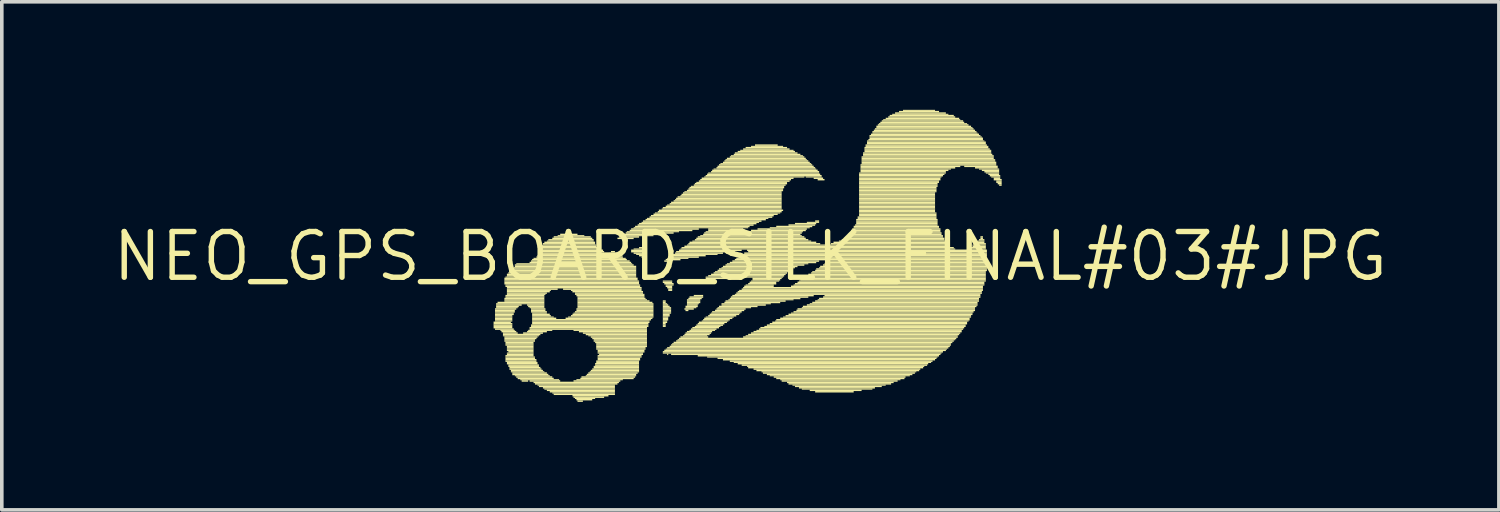
<source format=kicad_pcb>
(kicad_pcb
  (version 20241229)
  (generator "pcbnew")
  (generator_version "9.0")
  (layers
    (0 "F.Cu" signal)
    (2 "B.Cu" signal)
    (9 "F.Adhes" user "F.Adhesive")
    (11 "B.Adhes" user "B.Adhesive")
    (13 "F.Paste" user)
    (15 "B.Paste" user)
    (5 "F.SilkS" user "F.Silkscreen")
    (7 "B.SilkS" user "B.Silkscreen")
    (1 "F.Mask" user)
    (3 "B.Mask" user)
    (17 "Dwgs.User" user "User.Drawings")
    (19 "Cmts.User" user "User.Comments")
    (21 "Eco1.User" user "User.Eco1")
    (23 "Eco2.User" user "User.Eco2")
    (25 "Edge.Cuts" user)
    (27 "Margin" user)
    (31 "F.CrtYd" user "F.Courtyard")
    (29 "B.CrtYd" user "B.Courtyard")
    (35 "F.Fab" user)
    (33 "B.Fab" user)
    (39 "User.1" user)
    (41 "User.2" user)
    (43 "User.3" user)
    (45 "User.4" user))
  (footprint "NEO_GPS_BOARD_SILK_FINAL#03#JPG"
    (layer "F.Cu")
    (at 17.787 4.07)
    (property "Reference" "NEO_GPS_BOARD_SILK_FINAL#03#JPG" (at 0 0 0) (layer "F.SilkS") (effects (font (size 1.27 1.27) (thickness 0.15))))
    (fp_poly (pts (xy -7.13 1.85) (xy -6.65 1.85) (xy -6.65 1.81) (xy -7.13 1.81)) (stroke (width 0) (type solid)) (fill yes) (layer "F.SilkS"))
    (fp_poly (pts (xy -7.13 1.89) (xy -6.61 1.89) (xy -6.61 1.85) (xy -7.13 1.85)) (stroke (width 0) (type solid)) (fill yes) (layer "F.SilkS"))
    (fp_poly (pts (xy -7.13 1.93) (xy -6.61 1.93) (xy -6.61 1.89) (xy -7.13 1.89)) (stroke (width 0) (type solid)) (fill yes) (layer "F.SilkS"))
    (fp_poly (pts (xy -7.13 1.96) (xy -6.61 1.96) (xy -6.61 1.93) (xy -7.13 1.93)) (stroke (width 0) (type solid)) (fill yes) (layer "F.SilkS"))
    (fp_poly (pts (xy -7.13 2) (xy -6.61 2) (xy -6.61 1.96) (xy -7.13 1.96)) (stroke (width 0) (type solid)) (fill yes) (layer "F.SilkS"))
    (fp_poly (pts (xy -7.09 1.48) (xy -6.5 1.48) (xy -6.5 1.44) (xy -7.09 1.44)) (stroke (width 0) (type solid)) (fill yes) (layer "F.SilkS"))
    (fp_poly (pts (xy -7.09 1.52) (xy -6.54 1.52) (xy -6.54 1.48) (xy -7.09 1.48)) (stroke (width 0) (type solid)) (fill yes) (layer "F.SilkS"))
    (fp_poly (pts (xy -7.09 1.56) (xy -6.54 1.56) (xy -6.54 1.52) (xy -7.09 1.52)) (stroke (width 0) (type solid)) (fill yes) (layer "F.SilkS"))
    (fp_poly (pts (xy -7.09 1.59) (xy -6.57 1.59) (xy -6.57 1.56) (xy -7.09 1.56)) (stroke (width 0) (type solid)) (fill yes) (layer "F.SilkS"))
    (fp_poly (pts (xy -7.09 1.63) (xy -6.57 1.63) (xy -6.57 1.59) (xy -7.09 1.59)) (stroke (width 0) (type solid)) (fill yes) (layer "F.SilkS"))
    (fp_poly (pts (xy -7.09 1.67) (xy -6.61 1.67) (xy -6.61 1.63) (xy -7.09 1.63)) (stroke (width 0) (type solid)) (fill yes) (layer "F.SilkS"))
    (fp_poly (pts (xy -7.09 1.7) (xy -6.61 1.7) (xy -6.61 1.67) (xy -7.09 1.67)) (stroke (width 0) (type solid)) (fill yes) (layer "F.SilkS"))
    (fp_poly (pts (xy -7.09 1.74) (xy -6.61 1.74) (xy -6.61 1.7) (xy -7.09 1.7)) (stroke (width 0) (type solid)) (fill yes) (layer "F.SilkS"))
    (fp_poly (pts (xy -7.09 1.78) (xy -6.61 1.78) (xy -6.61 1.74) (xy -7.09 1.74)) (stroke (width 0) (type solid)) (fill yes) (layer "F.SilkS"))
    (fp_poly (pts (xy -7.09 1.81) (xy -6.61 1.81) (xy -6.61 1.78) (xy -7.09 1.78)) (stroke (width 0) (type solid)) (fill yes) (layer "F.SilkS"))
    (fp_poly (pts (xy -7.09 2.04) (xy -6.57 2.04) (xy -6.57 2) (xy -7.09 2)) (stroke (width 0) (type solid)) (fill yes) (layer "F.SilkS"))
    (fp_poly (pts (xy -7.06 1.33) (xy -5.72 1.33) (xy -5.72 1.3) (xy -7.06 1.3)) (stroke (width 0) (type solid)) (fill yes) (layer "F.SilkS"))
    (fp_poly (pts (xy -7.06 1.37) (xy -6.35 1.37) (xy -6.35 1.33) (xy -7.06 1.33)) (stroke (width 0) (type solid)) (fill yes) (layer "F.SilkS"))
    (fp_poly (pts (xy -7.06 1.41) (xy -6.43 1.41) (xy -6.43 1.37) (xy -7.06 1.37)) (stroke (width 0) (type solid)) (fill yes) (layer "F.SilkS"))
    (fp_poly (pts (xy -7.06 1.44) (xy -6.46 1.44) (xy -6.46 1.41) (xy -7.06 1.41)) (stroke (width 0) (type solid)) (fill yes) (layer "F.SilkS"))
    (fp_poly (pts (xy -7.02 1.3) (xy -5.72 1.3) (xy -5.72 1.26) (xy -7.02 1.26)) (stroke (width 0) (type solid)) (fill yes) (layer "F.SilkS"))
    (fp_poly (pts (xy -6.94 2.07) (xy -6.54 2.07) (xy -6.54 2.04) (xy -6.94 2.04)) (stroke (width 0) (type solid)) (fill yes) (layer "F.SilkS"))
    (fp_poly (pts (xy -6.91 2.11) (xy -6.5 2.11) (xy -6.5 2.07) (xy -6.91 2.07)) (stroke (width 0) (type solid)) (fill yes) (layer "F.SilkS"))
    (fp_poly (pts (xy -6.87 2.15) (xy -6.46 2.15) (xy -6.46 2.11) (xy -6.87 2.11)) (stroke (width 0) (type solid)) (fill yes) (layer "F.SilkS"))
    (fp_poly (pts (xy -6.87 2.19) (xy -5.83 2.19) (xy -5.83 2.15) (xy -6.87 2.15)) (stroke (width 0) (type solid)) (fill yes) (layer "F.SilkS"))
    (fp_poly (pts (xy -6.87 2.22) (xy -5.87 2.22) (xy -5.87 2.19) (xy -6.87 2.19)) (stroke (width 0) (type solid)) (fill yes) (layer "F.SilkS"))
    (fp_poly (pts (xy -6.83 0.63) (xy -3.13 0.63) (xy -3.13 0.59) (xy -6.83 0.59)) (stroke (width 0) (type solid)) (fill yes) (layer "F.SilkS"))
    (fp_poly (pts (xy -6.83 0.67) (xy -3.13 0.67) (xy -3.13 0.63) (xy -6.83 0.63)) (stroke (width 0) (type solid)) (fill yes) (layer "F.SilkS"))
    (fp_poly (pts (xy -6.83 0.7) (xy -3.09 0.7) (xy -3.09 0.67) (xy -6.83 0.67)) (stroke (width 0) (type solid)) (fill yes) (layer "F.SilkS"))
    (fp_poly (pts (xy -6.83 0.74) (xy -3.09 0.74) (xy -3.09 0.7) (xy -6.83 0.7)) (stroke (width 0) (type solid)) (fill yes) (layer "F.SilkS"))
    (fp_poly (pts (xy -6.83 0.78) (xy -3.09 0.78) (xy -3.09 0.74) (xy -6.83 0.74)) (stroke (width 0) (type solid)) (fill yes) (layer "F.SilkS"))
    (fp_poly (pts (xy -6.83 1.19) (xy -5.72 1.19) (xy -5.72 1.15) (xy -6.83 1.15)) (stroke (width 0) (type solid)) (fill yes) (layer "F.SilkS"))
    (fp_poly (pts (xy -6.83 1.22) (xy -5.72 1.22) (xy -5.72 1.19) (xy -6.83 1.19)) (stroke (width 0) (type solid)) (fill yes) (layer "F.SilkS"))
    (fp_poly (pts (xy -6.83 1.26) (xy -5.72 1.26) (xy -5.72 1.22) (xy -6.83 1.22)) (stroke (width 0) (type solid)) (fill yes) (layer "F.SilkS"))
    (fp_poly (pts (xy -6.83 2.26) (xy -5.91 2.26) (xy -5.91 2.22) (xy -6.83 2.22)) (stroke (width 0) (type solid)) (fill yes) (layer "F.SilkS"))
    (fp_poly (pts (xy -6.83 2.3) (xy -5.94 2.3) (xy -5.94 2.26) (xy -6.83 2.26)) (stroke (width 0) (type solid)) (fill yes) (layer "F.SilkS"))
    (fp_poly (pts (xy -6.83 2.33) (xy -5.98 2.33) (xy -5.98 2.3) (xy -6.83 2.3)) (stroke (width 0) (type solid)) (fill yes) (layer "F.SilkS"))
    (fp_poly (pts (xy -6.83 2.37) (xy -5.98 2.37) (xy -5.98 2.33) (xy -6.83 2.33)) (stroke (width 0) (type solid)) (fill yes) (layer "F.SilkS"))
    (fp_poly (pts (xy -6.8 0.59) (xy -3.17 0.59) (xy -3.17 0.56) (xy -6.8 0.56)) (stroke (width 0) (type solid)) (fill yes) (layer "F.SilkS"))
    (fp_poly (pts (xy -6.8 0.81) (xy -3.06 0.81) (xy -3.06 0.78) (xy -6.8 0.78)) (stroke (width 0) (type solid)) (fill yes) (layer "F.SilkS"))
    (fp_poly (pts (xy -6.8 0.85) (xy -3.06 0.85) (xy -3.06 0.81) (xy -6.8 0.81)) (stroke (width 0) (type solid)) (fill yes) (layer "F.SilkS"))
    (fp_poly (pts (xy -6.8 1.11) (xy -5.72 1.11) (xy -5.72 1.07) (xy -6.8 1.07)) (stroke (width 0) (type solid)) (fill yes) (layer "F.SilkS"))
    (fp_poly (pts (xy -6.8 1.15) (xy -5.72 1.15) (xy -5.72 1.11) (xy -6.8 1.11)) (stroke (width 0) (type solid)) (fill yes) (layer "F.SilkS"))
    (fp_poly (pts (xy -6.8 2.41) (xy -6.02 2.41) (xy -6.02 2.37) (xy -6.8 2.37)) (stroke (width 0) (type solid)) (fill yes) (layer "F.SilkS"))
    (fp_poly (pts (xy -6.8 2.44) (xy -6.02 2.44) (xy -6.02 2.41) (xy -6.8 2.41)) (stroke (width 0) (type solid)) (fill yes) (layer "F.SilkS"))
    (fp_poly (pts (xy -6.8 2.48) (xy -6.02 2.48) (xy -6.02 2.44) (xy -6.8 2.44)) (stroke (width 0) (type solid)) (fill yes) (layer "F.SilkS"))
    (fp_poly (pts (xy -6.8 2.78) (xy -6.02 2.78) (xy -6.02 2.74) (xy -6.8 2.74)) (stroke (width 0) (type solid)) (fill yes) (layer "F.SilkS"))
    (fp_poly (pts (xy -6.8 2.81) (xy -5.98 2.81) (xy -5.98 2.78) (xy -6.8 2.78)) (stroke (width 0) (type solid)) (fill yes) (layer "F.SilkS"))
    (fp_poly (pts (xy -6.8 2.85) (xy -5.98 2.85) (xy -5.98 2.81) (xy -6.8 2.81)) (stroke (width 0) (type solid)) (fill yes) (layer "F.SilkS"))
    (fp_poly (pts (xy -6.8 2.89) (xy -5.94 2.89) (xy -5.94 2.85) (xy -6.8 2.85)) (stroke (width 0) (type solid)) (fill yes) (layer "F.SilkS"))
    (fp_poly (pts (xy -6.8 2.93) (xy -5.94 2.93) (xy -5.94 2.89) (xy -6.8 2.89)) (stroke (width 0) (type solid)) (fill yes) (layer "F.SilkS"))
    (fp_poly (pts (xy -6.76 0.52) (xy -3.17 0.52) (xy -3.17 0.48) (xy -6.76 0.48)) (stroke (width 0) (type solid)) (fill yes) (layer "F.SilkS"))
    (fp_poly (pts (xy -6.76 0.56) (xy -3.17 0.56) (xy -3.17 0.52) (xy -6.76 0.52)) (stroke (width 0) (type solid)) (fill yes) (layer "F.SilkS"))
    (fp_poly (pts (xy -6.76 0.89) (xy -3.02 0.89) (xy -3.02 0.85) (xy -6.76 0.85)) (stroke (width 0) (type solid)) (fill yes) (layer "F.SilkS"))
    (fp_poly (pts (xy -6.76 0.93) (xy -5.35 0.93) (xy -5.35 0.89) (xy -6.76 0.89)) (stroke (width 0) (type solid)) (fill yes) (layer "F.SilkS"))
    (fp_poly (pts (xy -6.76 0.96) (xy -5.54 0.96) (xy -5.54 0.93) (xy -6.76 0.93)) (stroke (width 0) (type solid)) (fill yes) (layer "F.SilkS"))
    (fp_poly (pts (xy -6.76 1) (xy -5.57 1) (xy -5.57 0.96) (xy -6.76 0.96)) (stroke (width 0) (type solid)) (fill yes) (layer "F.SilkS"))
    (fp_poly (pts (xy -6.76 1.04) (xy -5.65 1.04) (xy -5.65 1) (xy -6.76 1)) (stroke (width 0) (type solid)) (fill yes) (layer "F.SilkS"))
    (fp_poly (pts (xy -6.76 1.07) (xy -5.69 1.07) (xy -5.69 1.04) (xy -6.76 1.04)) (stroke (width 0) (type solid)) (fill yes) (layer "F.SilkS"))
    (fp_poly (pts (xy -6.76 2.52) (xy -6.02 2.52) (xy -6.02 2.48) (xy -6.76 2.48)) (stroke (width 0) (type solid)) (fill yes) (layer "F.SilkS"))
    (fp_poly (pts (xy -6.76 2.56) (xy -6.02 2.56) (xy -6.02 2.52) (xy -6.76 2.52)) (stroke (width 0) (type solid)) (fill yes) (layer "F.SilkS"))
    (fp_poly (pts (xy -6.76 2.59) (xy -6.02 2.59) (xy -6.02 2.56) (xy -6.76 2.56)) (stroke (width 0) (type solid)) (fill yes) (layer "F.SilkS"))
    (fp_poly (pts (xy -6.76 2.63) (xy -6.02 2.63) (xy -6.02 2.59) (xy -6.76 2.59)) (stroke (width 0) (type solid)) (fill yes) (layer "F.SilkS"))
    (fp_poly (pts (xy -6.76 2.7) (xy -6.02 2.7) (xy -6.02 2.67) (xy -6.76 2.67)) (stroke (width 0) (type solid)) (fill yes) (layer "F.SilkS"))
    (fp_poly (pts (xy -6.76 2.74) (xy -6.02 2.74) (xy -6.02 2.7) (xy -6.76 2.7)) (stroke (width 0) (type solid)) (fill yes) (layer "F.SilkS"))
    (fp_poly (pts (xy -6.76 2.96) (xy -5.91 2.96) (xy -5.91 2.93) (xy -6.76 2.93)) (stroke (width 0) (type solid)) (fill yes) (layer "F.SilkS"))
    (fp_poly (pts (xy -6.76 3) (xy -5.91 3) (xy -5.91 2.96) (xy -6.76 2.96)) (stroke (width 0) (type solid)) (fill yes) (layer "F.SilkS"))
    (fp_poly (pts (xy -6.72 0.48) (xy -3.17 0.48) (xy -3.17 0.44) (xy -6.72 0.44)) (stroke (width 0) (type solid)) (fill yes) (layer "F.SilkS"))
    (fp_poly (pts (xy -6.72 2.67) (xy -6.02 2.67) (xy -6.02 2.63) (xy -6.72 2.63)) (stroke (width 0) (type solid)) (fill yes) (layer "F.SilkS"))
    (fp_poly (pts (xy -6.72 3.04) (xy -5.87 3.04) (xy -5.87 3) (xy -6.72 3)) (stroke (width 0) (type solid)) (fill yes) (layer "F.SilkS"))
    (fp_poly (pts (xy -6.72 3.07) (xy -5.87 3.07) (xy -5.87 3.04) (xy -6.72 3.04)) (stroke (width 0) (type solid)) (fill yes) (layer "F.SilkS"))
    (fp_poly (pts (xy -6.69 0.44) (xy -3.17 0.44) (xy -3.17 0.41) (xy -6.69 0.41)) (stroke (width 0) (type solid)) (fill yes) (layer "F.SilkS"))
    (fp_poly (pts (xy -6.69 3.11) (xy -5.83 3.11) (xy -5.83 3.07) (xy -6.69 3.07)) (stroke (width 0) (type solid)) (fill yes) (layer "F.SilkS"))
    (fp_poly (pts (xy -6.69 3.15) (xy -5.8 3.15) (xy -5.8 3.11) (xy -6.69 3.11)) (stroke (width 0) (type solid)) (fill yes) (layer "F.SilkS"))
    (fp_poly (pts (xy -6.65 0.41) (xy -3.17 0.41) (xy -3.17 0.37) (xy -6.65 0.37)) (stroke (width 0) (type solid)) (fill yes) (layer "F.SilkS"))
    (fp_poly (pts (xy -6.65 3.19) (xy -5.76 3.19) (xy -5.76 3.15) (xy -6.65 3.15)) (stroke (width 0) (type solid)) (fill yes) (layer "F.SilkS"))
    (fp_poly (pts (xy -6.65 3.22) (xy -5.72 3.22) (xy -5.72 3.19) (xy -6.65 3.19)) (stroke (width 0) (type solid)) (fill yes) (layer "F.SilkS"))
    (fp_poly (pts (xy -6.61 0.37) (xy -3.17 0.37) (xy -3.17 0.33) (xy -6.61 0.33)) (stroke (width 0) (type solid)) (fill yes) (layer "F.SilkS"))
    (fp_poly (pts (xy -6.61 3.26) (xy -5.65 3.26) (xy -5.65 3.22) (xy -6.61 3.22)) (stroke (width 0) (type solid)) (fill yes) (layer "F.SilkS"))
    (fp_poly (pts (xy -6.61 3.3) (xy -5.61 3.3) (xy -5.61 3.26) (xy -6.61 3.26)) (stroke (width 0) (type solid)) (fill yes) (layer "F.SilkS"))
    (fp_poly (pts (xy -6.57 0.33) (xy -3.17 0.33) (xy -3.17 0.3) (xy -6.57 0.3)) (stroke (width 0) (type solid)) (fill yes) (layer "F.SilkS"))
    (fp_poly (pts (xy -6.54 0.26) (xy -3.24 0.26) (xy -3.24 0.22) (xy -6.54 0.22)) (stroke (width 0) (type solid)) (fill yes) (layer "F.SilkS"))
    (fp_poly (pts (xy -6.54 0.3) (xy -3.17 0.3) (xy -3.17 0.26) (xy -6.54 0.26)) (stroke (width 0) (type solid)) (fill yes) (layer "F.SilkS"))
    (fp_poly (pts (xy -6.54 3.33) (xy -5.57 3.33) (xy -5.57 3.3) (xy -6.54 3.3)) (stroke (width 0) (type solid)) (fill yes) (layer "F.SilkS"))
    (fp_poly (pts (xy -6.5 0.22) (xy -3.28 0.22) (xy -3.28 0.19) (xy -6.5 0.19)) (stroke (width 0) (type solid)) (fill yes) (layer "F.SilkS"))
    (fp_poly (pts (xy -6.5 3.37) (xy -5.5 3.37) (xy -5.5 3.33) (xy -6.5 3.33)) (stroke (width 0) (type solid)) (fill yes) (layer "F.SilkS"))
    (fp_poly (pts (xy -6.46 3.41) (xy -5.46 3.41) (xy -5.46 3.37) (xy -6.46 3.37)) (stroke (width 0) (type solid)) (fill yes) (layer "F.SilkS"))
    (fp_poly (pts (xy -6.39 3.44) (xy -5.31 3.44) (xy -5.31 3.41) (xy -6.39 3.41)) (stroke (width 0) (type solid)) (fill yes) (layer "F.SilkS"))
    (fp_poly (pts (xy -6.35 3.48) (xy -6.17 3.48) (xy -6.17 3.44) (xy -6.35 3.44)) (stroke (width 0) (type solid)) (fill yes) (layer "F.SilkS"))
    (fp_poly (pts (xy -6.31 2.15) (xy -5.76 2.15) (xy -5.76 2.11) (xy -6.31 2.11)) (stroke (width 0) (type solid)) (fill yes) (layer "F.SilkS"))
    (fp_poly (pts (xy -6.2 1.37) (xy -5.72 1.37) (xy -5.72 1.33) (xy -6.2 1.33)) (stroke (width 0) (type solid)) (fill yes) (layer "F.SilkS"))
    (fp_poly (pts (xy -6.2 2.11) (xy -5.65 2.11) (xy -5.65 2.07) (xy -6.2 2.07)) (stroke (width 0) (type solid)) (fill yes) (layer "F.SilkS"))
    (fp_poly (pts (xy -6.17 1.41) (xy -5.72 1.41) (xy -5.72 1.37) (xy -6.17 1.37)) (stroke (width 0) (type solid)) (fill yes) (layer "F.SilkS"))
    (fp_poly (pts (xy -6.17 2.07) (xy -5.5 2.07) (xy -5.5 2.04) (xy -6.17 2.04)) (stroke (width 0) (type solid)) (fill yes) (layer "F.SilkS"))
    (fp_poly (pts (xy -6.13 0.19) (xy -3.31 0.19) (xy -3.31 0.15) (xy -6.13 0.15)) (stroke (width 0) (type solid)) (fill yes) (layer "F.SilkS"))
    (fp_poly (pts (xy -6.13 1.44) (xy -5.72 1.44) (xy -5.72 1.41) (xy -6.13 1.41)) (stroke (width 0) (type solid)) (fill yes) (layer "F.SilkS"))
    (fp_poly (pts (xy -6.13 2) (xy -2.87 2) (xy -2.87 1.96) (xy -6.13 1.96)) (stroke (width 0) (type solid)) (fill yes) (layer "F.SilkS"))
    (fp_poly (pts (xy -6.13 2.04) (xy -2.87 2.04) (xy -2.87 2) (xy -6.13 2)) (stroke (width 0) (type solid)) (fill yes) (layer "F.SilkS"))
    (fp_poly (pts (xy -6.13 3.48) (xy -5.28 3.48) (xy -5.28 3.44) (xy -6.13 3.44)) (stroke (width 0) (type solid)) (fill yes) (layer "F.SilkS"))
    (fp_poly (pts (xy -6.09 0.15) (xy -3.35 0.15) (xy -3.35 0.11) (xy -6.09 0.11)) (stroke (width 0) (type solid)) (fill yes) (layer "F.SilkS"))
    (fp_poly (pts (xy -6.09 1.48) (xy -5.69 1.48) (xy -5.69 1.44) (xy -6.09 1.44)) (stroke (width 0) (type solid)) (fill yes) (layer "F.SilkS"))
    (fp_poly (pts (xy -6.09 1.52) (xy -5.69 1.52) (xy -5.69 1.48) (xy -6.09 1.48)) (stroke (width 0) (type solid)) (fill yes) (layer "F.SilkS"))
    (fp_poly (pts (xy -6.09 1.56) (xy -5.65 1.56) (xy -5.65 1.52) (xy -6.09 1.52)) (stroke (width 0) (type solid)) (fill yes) (layer "F.SilkS"))
    (fp_poly (pts (xy -6.09 1.93) (xy -2.83 1.93) (xy -2.83 1.89) (xy -6.09 1.89)) (stroke (width 0) (type solid)) (fill yes) (layer "F.SilkS"))
    (fp_poly (pts (xy -6.09 1.96) (xy -2.83 1.96) (xy -2.83 1.93) (xy -6.09 1.93)) (stroke (width 0) (type solid)) (fill yes) (layer "F.SilkS"))
    (fp_poly (pts (xy -6.06 0.11) (xy -3.43 0.11) (xy -3.43 0.07) (xy -6.06 0.07)) (stroke (width 0) (type solid)) (fill yes) (layer "F.SilkS"))
    (fp_poly (pts (xy -6.06 1.59) (xy -5.65 1.59) (xy -5.65 1.56) (xy -6.06 1.56)) (stroke (width 0) (type solid)) (fill yes) (layer "F.SilkS"))
    (fp_poly (pts (xy -6.06 1.63) (xy -5.57 1.63) (xy -5.57 1.59) (xy -6.06 1.59)) (stroke (width 0) (type solid)) (fill yes) (layer "F.SilkS"))
    (fp_poly (pts (xy -6.06 1.67) (xy -5.54 1.67) (xy -5.54 1.63) (xy -6.06 1.63)) (stroke (width 0) (type solid)) (fill yes) (layer "F.SilkS"))
    (fp_poly (pts (xy -6.06 1.7) (xy -5.46 1.7) (xy -5.46 1.67) (xy -6.06 1.67)) (stroke (width 0) (type solid)) (fill yes) (layer "F.SilkS"))
    (fp_poly (pts (xy -6.06 1.74) (xy -5.39 1.74) (xy -5.39 1.7) (xy -6.06 1.7)) (stroke (width 0) (type solid)) (fill yes) (layer "F.SilkS"))
    (fp_poly (pts (xy -6.06 1.78) (xy -2.76 1.78) (xy -2.76 1.74) (xy -6.06 1.74)) (stroke (width 0) (type solid)) (fill yes) (layer "F.SilkS"))
    (fp_poly (pts (xy -6.06 1.81) (xy -2.8 1.81) (xy -2.8 1.78) (xy -6.06 1.78)) (stroke (width 0) (type solid)) (fill yes) (layer "F.SilkS"))
    (fp_poly (pts (xy -6.06 1.85) (xy -2.8 1.85) (xy -2.8 1.81) (xy -6.06 1.81)) (stroke (width 0) (type solid)) (fill yes) (layer "F.SilkS"))
    (fp_poly (pts (xy -6.06 1.89) (xy -2.83 1.89) (xy -2.83 1.85) (xy -6.06 1.85)) (stroke (width 0) (type solid)) (fill yes) (layer "F.SilkS"))
    (fp_poly (pts (xy -6.02 0.07) (xy -3.46 0.07) (xy -3.46 0.04) (xy -6.02 0.04)) (stroke (width 0) (type solid)) (fill yes) (layer "F.SilkS"))
    (fp_poly (pts (xy -6.02 3.52) (xy -3.65 3.52) (xy -3.65 3.48) (xy -6.02 3.48)) (stroke (width 0) (type solid)) (fill yes) (layer "F.SilkS"))
    (fp_poly (pts (xy -5.98 3.56) (xy -3.69 3.56) (xy -3.69 3.52) (xy -5.98 3.52)) (stroke (width 0) (type solid)) (fill yes) (layer "F.SilkS"))
    (fp_poly (pts (xy -5.94 0.04) (xy -3.54 0.04) (xy -3.54 0) (xy -5.94 0)) (stroke (width 0) (type solid)) (fill yes) (layer "F.SilkS"))
    (fp_poly (pts (xy -5.91 0) (xy -3.57 0) (xy -3.57 -0.04) (xy -5.91 -0.04)) (stroke (width 0) (type solid)) (fill yes) (layer "F.SilkS"))
    (fp_poly (pts (xy -5.91 3.59) (xy -3.76 3.59) (xy -3.76 3.56) (xy -5.91 3.56)) (stroke (width 0) (type solid)) (fill yes) (layer "F.SilkS"))
    (fp_poly (pts (xy -5.87 -0.04) (xy -3.65 -0.04) (xy -3.65 -0.07) (xy -5.87 -0.07)) (stroke (width 0) (type solid)) (fill yes) (layer "F.SilkS"))
    (fp_poly (pts (xy -5.87 3.63) (xy -3.76 3.63) (xy -3.76 3.59) (xy -5.87 3.59)) (stroke (width 0) (type solid)) (fill yes) (layer "F.SilkS"))
    (fp_poly (pts (xy -5.83 -0.07) (xy -3.69 -0.07) (xy -3.69 -0.11) (xy -5.83 -0.11)) (stroke (width 0) (type solid)) (fill yes) (layer "F.SilkS"))
    (fp_poly (pts (xy -5.8 -0.26) (xy -4.28 -0.26) (xy -4.28 -0.3) (xy -5.8 -0.3)) (stroke (width 0) (type solid)) (fill yes) (layer "F.SilkS"))
    (fp_poly (pts (xy -5.8 -0.22) (xy -4.24 -0.22) (xy -4.24 -0.26) (xy -5.8 -0.26)) (stroke (width 0) (type solid)) (fill yes) (layer "F.SilkS"))
    (fp_poly (pts (xy -5.8 -0.19) (xy -4.2 -0.19) (xy -4.2 -0.22) (xy -5.8 -0.22)) (stroke (width 0) (type solid)) (fill yes) (layer "F.SilkS"))
    (fp_poly (pts (xy -5.8 -0.15) (xy -4.09 -0.15) (xy -4.09 -0.19) (xy -5.8 -0.19)) (stroke (width 0) (type solid)) (fill yes) (layer "F.SilkS"))
    (fp_poly (pts (xy -5.8 -0.11) (xy -4.06 -0.11) (xy -4.06 -0.15) (xy -5.8 -0.15)) (stroke (width 0) (type solid)) (fill yes) (layer "F.SilkS"))
    (fp_poly (pts (xy -5.76 -0.33) (xy -4.31 -0.33) (xy -4.31 -0.37) (xy -5.76 -0.37)) (stroke (width 0) (type solid)) (fill yes) (layer "F.SilkS"))
    (fp_poly (pts (xy -5.76 -0.3) (xy -4.28 -0.3) (xy -4.28 -0.33) (xy -5.76 -0.33)) (stroke (width 0) (type solid)) (fill yes) (layer "F.SilkS"))
    (fp_poly (pts (xy -5.76 3.67) (xy -3.76 3.67) (xy -3.76 3.63) (xy -5.76 3.63)) (stroke (width 0) (type solid)) (fill yes) (layer "F.SilkS"))
    (fp_poly (pts (xy -5.72 -0.37) (xy -4.31 -0.37) (xy -4.31 -0.41) (xy -5.72 -0.41)) (stroke (width 0) (type solid)) (fill yes) (layer "F.SilkS"))
    (fp_poly (pts (xy -5.72 3.7) (xy -3.76 3.7) (xy -3.76 3.67) (xy -5.72 3.67)) (stroke (width 0) (type solid)) (fill yes) (layer "F.SilkS"))
    (fp_poly (pts (xy -5.65 -0.41) (xy -4.35 -0.41) (xy -4.35 -0.44) (xy -5.65 -0.44)) (stroke (width 0) (type solid)) (fill yes) (layer "F.SilkS"))
    (fp_poly (pts (xy -5.65 3.74) (xy -3.76 3.74) (xy -3.76 3.7) (xy -5.65 3.7)) (stroke (width 0) (type solid)) (fill yes) (layer "F.SilkS"))
    (fp_poly (pts (xy -5.61 -0.44) (xy -4.35 -0.44) (xy -4.35 -0.48) (xy -5.61 -0.48)) (stroke (width 0) (type solid)) (fill yes) (layer "F.SilkS"))
    (fp_poly (pts (xy -5.57 3.78) (xy -3.76 3.78) (xy -3.76 3.74) (xy -5.57 3.74)) (stroke (width 0) (type solid)) (fill yes) (layer "F.SilkS"))
    (fp_poly (pts (xy -5.5 -0.48) (xy -4.39 -0.48) (xy -4.39 -0.52) (xy -5.5 -0.52)) (stroke (width 0) (type solid)) (fill yes) (layer "F.SilkS"))
    (fp_poly (pts (xy -5.5 3.81) (xy -3.76 3.81) (xy -3.76 3.78) (xy -5.5 3.78)) (stroke (width 0) (type solid)) (fill yes) (layer "F.SilkS"))
    (fp_poly (pts (xy -5.46 -0.52) (xy -4.43 -0.52) (xy -4.43 -0.56) (xy -5.46 -0.56)) (stroke (width 0) (type solid)) (fill yes) (layer "F.SilkS"))
    (fp_poly (pts (xy -5.46 3.85) (xy -3.76 3.85) (xy -3.76 3.81) (xy -5.46 3.81)) (stroke (width 0) (type solid)) (fill yes) (layer "F.SilkS"))
    (fp_poly (pts (xy -5.35 -0.56) (xy -4.61 -0.56) (xy -4.61 -0.59) (xy -5.35 -0.59)) (stroke (width 0) (type solid)) (fill yes) (layer "F.SilkS"))
    (fp_poly (pts (xy -5.28 -0.59) (xy -4.8 -0.59) (xy -4.8 -0.63) (xy -5.28 -0.63)) (stroke (width 0) (type solid)) (fill yes) (layer "F.SilkS"))
    (fp_poly (pts (xy -5.2 0.93) (xy -3.02 0.93) (xy -3.02 0.89) (xy -5.2 0.89)) (stroke (width 0) (type solid)) (fill yes) (layer "F.SilkS"))
    (fp_poly (pts (xy -5.13 1.74) (xy -2.72 1.74) (xy -2.72 1.7) (xy -5.13 1.7)) (stroke (width 0) (type solid)) (fill yes) (layer "F.SilkS"))
    (fp_poly (pts (xy -5.06 1.7) (xy -2.69 1.7) (xy -2.69 1.67) (xy -5.06 1.67)) (stroke (width 0) (type solid)) (fill yes) (layer "F.SilkS"))
    (fp_poly (pts (xy -4.98 0.96) (xy -3.02 0.96) (xy -3.02 0.93) (xy -4.98 0.93)) (stroke (width 0) (type solid)) (fill yes) (layer "F.SilkS"))
    (fp_poly (pts (xy -4.98 1.67) (xy -2.69 1.67) (xy -2.69 1.63) (xy -4.98 1.63)) (stroke (width 0) (type solid)) (fill yes) (layer "F.SilkS"))
    (fp_poly (pts (xy -4.94 1) (xy -2.98 1) (xy -2.98 0.96) (xy -4.94 0.96)) (stroke (width 0) (type solid)) (fill yes) (layer "F.SilkS"))
    (fp_poly (pts (xy -4.94 1.63) (xy -2.69 1.63) (xy -2.69 1.59) (xy -4.94 1.59)) (stroke (width 0) (type solid)) (fill yes) (layer "F.SilkS"))
    (fp_poly (pts (xy -4.94 3.89) (xy -3.94 3.89) (xy -3.94 3.85) (xy -4.94 3.85)) (stroke (width 0) (type solid)) (fill yes) (layer "F.SilkS"))
    (fp_poly (pts (xy -4.91 1.59) (xy -2.69 1.59) (xy -2.69 1.56) (xy -4.91 1.56)) (stroke (width 0) (type solid)) (fill yes) (layer "F.SilkS"))
    (fp_poly (pts (xy -4.91 2.07) (xy -2.87 2.07) (xy -2.87 2.04) (xy -4.91 2.04)) (stroke (width 0) (type solid)) (fill yes) (layer "F.SilkS"))
    (fp_poly (pts (xy -4.91 3.48) (xy -3.61 3.48) (xy -3.61 3.44) (xy -4.91 3.44)) (stroke (width 0) (type solid)) (fill yes) (layer "F.SilkS"))
    (fp_poly (pts (xy -4.91 3.93) (xy -4.06 3.93) (xy -4.06 3.89) (xy -4.91 3.89)) (stroke (width 0) (type solid)) (fill yes) (layer "F.SilkS"))
    (fp_poly (pts (xy -4.87 1.04) (xy -2.98 1.04) (xy -2.98 1) (xy -4.87 1)) (stroke (width 0) (type solid)) (fill yes) (layer "F.SilkS"))
    (fp_poly (pts (xy -4.87 1.07) (xy -2.94 1.07) (xy -2.94 1.04) (xy -4.87 1.04)) (stroke (width 0) (type solid)) (fill yes) (layer "F.SilkS"))
    (fp_poly (pts (xy -4.87 1.56) (xy -2.69 1.56) (xy -2.69 1.52) (xy -4.87 1.52)) (stroke (width 0) (type solid)) (fill yes) (layer "F.SilkS"))
    (fp_poly (pts (xy -4.87 3.96) (xy -4.31 3.96) (xy -4.31 3.93) (xy -4.87 3.93)) (stroke (width 0) (type solid)) (fill yes) (layer "F.SilkS"))
    (fp_poly (pts (xy -4.83 1.11) (xy -2.94 1.11) (xy -2.94 1.07) (xy -4.83 1.07)) (stroke (width 0) (type solid)) (fill yes) (layer "F.SilkS"))
    (fp_poly (pts (xy -4.83 1.48) (xy -2.69 1.48) (xy -2.69 1.44) (xy -4.83 1.44)) (stroke (width 0) (type solid)) (fill yes) (layer "F.SilkS"))
    (fp_poly (pts (xy -4.83 1.52) (xy -2.69 1.52) (xy -2.69 1.48) (xy -4.83 1.48)) (stroke (width 0) (type solid)) (fill yes) (layer "F.SilkS"))
    (fp_poly (pts (xy -4.83 3.44) (xy -3.54 3.44) (xy -3.54 3.41) (xy -4.83 3.41)) (stroke (width 0) (type solid)) (fill yes) (layer "F.SilkS"))
    (fp_poly (pts (xy -4.83 4) (xy -4.39 4) (xy -4.39 3.96) (xy -4.83 3.96)) (stroke (width 0) (type solid)) (fill yes) (layer "F.SilkS"))
    (fp_poly (pts (xy -4.8 1.15) (xy -2.94 1.15) (xy -2.94 1.11) (xy -4.8 1.11)) (stroke (width 0) (type solid)) (fill yes) (layer "F.SilkS"))
    (fp_poly (pts (xy -4.8 1.19) (xy -2.91 1.19) (xy -2.91 1.15) (xy -4.8 1.15)) (stroke (width 0) (type solid)) (fill yes) (layer "F.SilkS"))
    (fp_poly (pts (xy -4.8 1.22) (xy -2.87 1.22) (xy -2.87 1.19) (xy -4.8 1.19)) (stroke (width 0) (type solid)) (fill yes) (layer "F.SilkS"))
    (fp_poly (pts (xy -4.8 1.26) (xy -2.8 1.26) (xy -2.8 1.22) (xy -4.8 1.22)) (stroke (width 0) (type solid)) (fill yes) (layer "F.SilkS"))
    (fp_poly (pts (xy -4.8 1.3) (xy -2.72 1.3) (xy -2.72 1.26) (xy -4.8 1.26)) (stroke (width 0) (type solid)) (fill yes) (layer "F.SilkS"))
    (fp_poly (pts (xy -4.8 1.33) (xy -2.69 1.33) (xy -2.69 1.3) (xy -4.8 1.3)) (stroke (width 0) (type solid)) (fill yes) (layer "F.SilkS"))
    (fp_poly (pts (xy -4.8 1.37) (xy -2.69 1.37) (xy -2.69 1.33) (xy -4.8 1.33)) (stroke (width 0) (type solid)) (fill yes) (layer "F.SilkS"))
    (fp_poly (pts (xy -4.8 1.41) (xy -2.69 1.41) (xy -2.69 1.37) (xy -4.8 1.37)) (stroke (width 0) (type solid)) (fill yes) (layer "F.SilkS"))
    (fp_poly (pts (xy -4.8 1.44) (xy -2.69 1.44) (xy -2.69 1.41) (xy -4.8 1.41)) (stroke (width 0) (type solid)) (fill yes) (layer "F.SilkS"))
    (fp_poly (pts (xy -4.8 4.04) (xy -4.65 4.04) (xy -4.65 4) (xy -4.8 4)) (stroke (width 0) (type solid)) (fill yes) (layer "F.SilkS"))
    (fp_poly (pts (xy -4.76 2.11) (xy -2.87 2.11) (xy -2.87 2.07) (xy -4.76 2.07)) (stroke (width 0) (type solid)) (fill yes) (layer "F.SilkS"))
    (fp_poly (pts (xy -4.72 3.41) (xy -3.24 3.41) (xy -3.24 3.37) (xy -4.72 3.37)) (stroke (width 0) (type solid)) (fill yes) (layer "F.SilkS"))
    (fp_poly (pts (xy -4.69 3.37) (xy -3.2 3.37) (xy -3.2 3.33) (xy -4.69 3.33)) (stroke (width 0) (type solid)) (fill yes) (layer "F.SilkS"))
    (fp_poly (pts (xy -4.65 2.15) (xy -2.87 2.15) (xy -2.87 2.11) (xy -4.65 2.11)) (stroke (width 0) (type solid)) (fill yes) (layer "F.SilkS"))
    (fp_poly (pts (xy -4.57 2.19) (xy -2.87 2.19) (xy -2.87 2.15) (xy -4.57 2.15)) (stroke (width 0) (type solid)) (fill yes) (layer "F.SilkS"))
    (fp_poly (pts (xy -4.57 3.33) (xy -3.17 3.33) (xy -3.17 3.3) (xy -4.57 3.3)) (stroke (width 0) (type solid)) (fill yes) (layer "F.SilkS"))
    (fp_poly (pts (xy -4.54 3.3) (xy -3.17 3.3) (xy -3.17 3.26) (xy -4.54 3.26)) (stroke (width 0) (type solid)) (fill yes) (layer "F.SilkS"))
    (fp_poly (pts (xy -4.5 2.22) (xy -2.87 2.22) (xy -2.87 2.19) (xy -4.5 2.19)) (stroke (width 0) (type solid)) (fill yes) (layer "F.SilkS"))
    (fp_poly (pts (xy -4.5 3.26) (xy -3.13 3.26) (xy -3.13 3.22) (xy -4.5 3.22)) (stroke (width 0) (type solid)) (fill yes) (layer "F.SilkS"))
    (fp_poly (pts (xy -4.46 3.22) (xy -3.09 3.22) (xy -3.09 3.19) (xy -4.46 3.19)) (stroke (width 0) (type solid)) (fill yes) (layer "F.SilkS"))
    (fp_poly (pts (xy -4.43 2.26) (xy -2.87 2.26) (xy -2.87 2.22) (xy -4.43 2.22)) (stroke (width 0) (type solid)) (fill yes) (layer "F.SilkS"))
    (fp_poly (pts (xy -4.43 3.19) (xy -3.09 3.19) (xy -3.09 3.15) (xy -4.43 3.15)) (stroke (width 0) (type solid)) (fill yes) (layer "F.SilkS"))
    (fp_poly (pts (xy -4.39 2.3) (xy -2.87 2.3) (xy -2.87 2.26) (xy -4.39 2.26)) (stroke (width 0) (type solid)) (fill yes) (layer "F.SilkS"))
    (fp_poly (pts (xy -4.39 3.15) (xy -3.09 3.15) (xy -3.09 3.11) (xy -4.39 3.11)) (stroke (width 0) (type solid)) (fill yes) (layer "F.SilkS"))
    (fp_poly (pts (xy -4.35 2.33) (xy -2.87 2.33) (xy -2.87 2.3) (xy -4.35 2.3)) (stroke (width 0) (type solid)) (fill yes) (layer "F.SilkS"))
    (fp_poly (pts (xy -4.35 2.37) (xy -2.87 2.37) (xy -2.87 2.33) (xy -4.35 2.33)) (stroke (width 0) (type solid)) (fill yes) (layer "F.SilkS"))
    (fp_poly (pts (xy -4.35 3.07) (xy -3.09 3.07) (xy -3.09 3.04) (xy -4.35 3.04)) (stroke (width 0) (type solid)) (fill yes) (layer "F.SilkS"))
    (fp_poly (pts (xy -4.35 3.11) (xy -3.09 3.11) (xy -3.09 3.07) (xy -4.35 3.07)) (stroke (width 0) (type solid)) (fill yes) (layer "F.SilkS"))
    (fp_poly (pts (xy -4.31 2.41) (xy -2.87 2.41) (xy -2.87 2.37) (xy -4.31 2.37)) (stroke (width 0) (type solid)) (fill yes) (layer "F.SilkS"))
    (fp_poly (pts (xy -4.31 3) (xy -3.09 3) (xy -3.09 2.96) (xy -4.31 2.96)) (stroke (width 0) (type solid)) (fill yes) (layer "F.SilkS"))
    (fp_poly (pts (xy -4.31 3.04) (xy -3.09 3.04) (xy -3.09 3) (xy -4.31 3)) (stroke (width 0) (type solid)) (fill yes) (layer "F.SilkS"))
    (fp_poly (pts (xy -4.28 2.44) (xy -2.87 2.44) (xy -2.87 2.41) (xy -4.28 2.41)) (stroke (width 0) (type solid)) (fill yes) (layer "F.SilkS"))
    (fp_poly (pts (xy -4.28 2.48) (xy -2.87 2.48) (xy -2.87 2.44) (xy -4.28 2.44)) (stroke (width 0) (type solid)) (fill yes) (layer "F.SilkS"))
    (fp_poly (pts (xy -4.28 2.52) (xy -2.87 2.52) (xy -2.87 2.48) (xy -4.28 2.48)) (stroke (width 0) (type solid)) (fill yes) (layer "F.SilkS"))
    (fp_poly (pts (xy -4.28 2.56) (xy -2.91 2.56) (xy -2.91 2.52) (xy -4.28 2.52)) (stroke (width 0) (type solid)) (fill yes) (layer "F.SilkS"))
    (fp_poly (pts (xy -4.28 2.59) (xy -2.91 2.59) (xy -2.91 2.56) (xy -4.28 2.56)) (stroke (width 0) (type solid)) (fill yes) (layer "F.SilkS"))
    (fp_poly (pts (xy -4.28 2.93) (xy -3.09 2.93) (xy -3.09 2.89) (xy -4.28 2.89)) (stroke (width 0) (type solid)) (fill yes) (layer "F.SilkS"))
    (fp_poly (pts (xy -4.28 2.96) (xy -3.09 2.96) (xy -3.09 2.93) (xy -4.28 2.93)) (stroke (width 0) (type solid)) (fill yes) (layer "F.SilkS"))
    (fp_poly (pts (xy -4.24 2.63) (xy -2.94 2.63) (xy -2.94 2.59) (xy -4.24 2.59)) (stroke (width 0) (type solid)) (fill yes) (layer "F.SilkS"))
    (fp_poly (pts (xy -4.24 2.67) (xy -2.94 2.67) (xy -2.94 2.63) (xy -4.24 2.63)) (stroke (width 0) (type solid)) (fill yes) (layer "F.SilkS"))
    (fp_poly (pts (xy -4.24 2.7) (xy -2.98 2.7) (xy -2.98 2.67) (xy -4.24 2.67)) (stroke (width 0) (type solid)) (fill yes) (layer "F.SilkS"))
    (fp_poly (pts (xy -4.24 2.78) (xy -3.02 2.78) (xy -3.02 2.74) (xy -4.24 2.74)) (stroke (width 0) (type solid)) (fill yes) (layer "F.SilkS"))
    (fp_poly (pts (xy -4.24 2.81) (xy -3.02 2.81) (xy -3.02 2.78) (xy -4.24 2.78)) (stroke (width 0) (type solid)) (fill yes) (layer "F.SilkS"))
    (fp_poly (pts (xy -4.24 2.85) (xy -3.06 2.85) (xy -3.06 2.81) (xy -4.24 2.81)) (stroke (width 0) (type solid)) (fill yes) (layer "F.SilkS"))
    (fp_poly (pts (xy -4.24 2.89) (xy -3.06 2.89) (xy -3.06 2.85) (xy -4.24 2.85)) (stroke (width 0) (type solid)) (fill yes) (layer "F.SilkS"))
    (fp_poly (pts (xy -4.2 2.74) (xy -2.98 2.74) (xy -2.98 2.7) (xy -4.2 2.7)) (stroke (width 0) (type solid)) (fill yes) (layer "F.SilkS"))
    (fp_poly (pts (xy -3.87 -0.11) (xy -3.76 -0.11) (xy -3.76 -0.15) (xy -3.87 -0.15)) (stroke (width 0) (type solid)) (fill yes) (layer "F.SilkS"))
    (fp_poly (pts (xy -3.69 -0.48) (xy -3.24 -0.48) (xy -3.24 -0.52) (xy -3.69 -0.52)) (stroke (width 0) (type solid)) (fill yes) (layer "F.SilkS"))
    (fp_poly (pts (xy -3.65 -0.52) (xy -3.09 -0.52) (xy -3.09 -0.56) (xy -3.65 -0.56)) (stroke (width 0) (type solid)) (fill yes) (layer "F.SilkS"))
    (fp_poly (pts (xy -3.57 -0.56) (xy -2.69 -0.56) (xy -2.69 -0.59) (xy -3.57 -0.59)) (stroke (width 0) (type solid)) (fill yes) (layer "F.SilkS"))
    (fp_poly (pts (xy -3.54 -0.59) (xy -2.54 -0.59) (xy -2.54 -0.63) (xy -3.54 -0.63)) (stroke (width 0) (type solid)) (fill yes) (layer "F.SilkS"))
    (fp_poly (pts (xy -3.46 -0.63) (xy -2.13 -0.63) (xy -2.13 -0.67) (xy -3.46 -0.67)) (stroke (width 0) (type solid)) (fill yes) (layer "F.SilkS"))
    (fp_poly (pts (xy -3.43 -0.67) (xy -1.98 -0.67) (xy -1.98 -0.7) (xy -3.43 -0.7)) (stroke (width 0) (type solid)) (fill yes) (layer "F.SilkS"))
    (fp_poly (pts (xy -3.35 -0.7) (xy -1.61 -0.7) (xy -1.61 -0.74) (xy -3.35 -0.74)) (stroke (width 0) (type solid)) (fill yes) (layer "F.SilkS"))
    (fp_poly (pts (xy -3.31 -0.74) (xy -1.43 -0.74) (xy -1.43 -0.78) (xy -3.31 -0.78)) (stroke (width 0) (type solid)) (fill yes) (layer "F.SilkS"))
    (fp_poly (pts (xy -3.31 -0.15) (xy -2.87 -0.15) (xy -2.87 -0.19) (xy -3.31 -0.19)) (stroke (width 0) (type solid)) (fill yes) (layer "F.SilkS"))
    (fp_poly (pts (xy -3.31 -0.11) (xy -2.87 -0.11) (xy -2.87 -0.15) (xy -3.31 -0.15)) (stroke (width 0) (type solid)) (fill yes) (layer "F.SilkS"))
    (fp_poly (pts (xy -3.24 -0.78) (xy -0.06 -0.78) (xy -0.06 -0.81) (xy -3.24 -0.81)) (stroke (width 0) (type solid)) (fill yes) (layer "F.SilkS"))
    (fp_poly (pts (xy -3.24 -0.19) (xy -2.87 -0.19) (xy -2.87 -0.22) (xy -3.24 -0.22)) (stroke (width 0) (type solid)) (fill yes) (layer "F.SilkS"))
    (fp_poly (pts (xy -3.24 -0.07) (xy -2.87 -0.07) (xy -2.87 -0.11) (xy -3.24 -0.11)) (stroke (width 0) (type solid)) (fill yes) (layer "F.SilkS"))
    (fp_poly (pts (xy -3.2 -0.81) (xy -0.02 -0.81) (xy -0.02 -0.85) (xy -3.2 -0.85)) (stroke (width 0) (type solid)) (fill yes) (layer "F.SilkS"))
    (fp_poly (pts (xy -3.17 -0.04) (xy -2.87 -0.04) (xy -2.87 -0.07) (xy -3.17 -0.07)) (stroke (width 0) (type solid)) (fill yes) (layer "F.SilkS"))
    (fp_poly (pts (xy -3.13 -0.85) (xy 0.09 -0.85) (xy 0.09 -0.89) (xy -3.13 -0.89)) (stroke (width 0) (type solid)) (fill yes) (layer "F.SilkS"))
    (fp_poly (pts (xy -3.09 -0.89) (xy 0.17 -0.89) (xy 0.17 -0.93) (xy -3.09 -0.93)) (stroke (width 0) (type solid)) (fill yes) (layer "F.SilkS"))
    (fp_poly (pts (xy -3.09 -0.22) (xy -2.87 -0.22) (xy -2.87 -0.26) (xy -3.09 -0.26)) (stroke (width 0) (type solid)) (fill yes) (layer "F.SilkS"))
    (fp_poly (pts (xy -3.09 0) (xy -2.87 0) (xy -2.87 -0.04) (xy -3.09 -0.04)) (stroke (width 0) (type solid)) (fill yes) (layer "F.SilkS"))
    (fp_poly (pts (xy -3.02 -0.93) (xy 0.24 -0.93) (xy 0.24 -0.96) (xy -3.02 -0.96)) (stroke (width 0) (type solid)) (fill yes) (layer "F.SilkS"))
    (fp_poly (pts (xy -3.02 0.04) (xy -2.87 0.04) (xy -2.87 0) (xy -3.02 0)) (stroke (width 0) (type solid)) (fill yes) (layer "F.SilkS"))
    (fp_poly (pts (xy -2.98 -0.96) (xy 0.31 -0.96) (xy 0.31 -1) (xy -2.98 -1)) (stroke (width 0) (type solid)) (fill yes) (layer "F.SilkS"))
    (fp_poly (pts (xy -2.91 -1) (xy 0.43 -1) (xy 0.43 -1.04) (xy -2.91 -1.04)) (stroke (width 0) (type solid)) (fill yes) (layer "F.SilkS"))
    (fp_poly (pts (xy -2.87 -1.04) (xy 0.5 -1.04) (xy 0.5 -1.07) (xy -2.87 -1.07)) (stroke (width 0) (type solid)) (fill yes) (layer "F.SilkS"))
    (fp_poly (pts (xy -2.8 -1.07) (xy 0.61 -1.07) (xy 0.61 -1.11) (xy -2.8 -1.11)) (stroke (width 0) (type solid)) (fill yes) (layer "F.SilkS"))
    (fp_poly (pts (xy -2.76 -1.11) (xy 0.65 -1.11) (xy 0.65 -1.15) (xy -2.76 -1.15)) (stroke (width 0) (type solid)) (fill yes) (layer "F.SilkS"))
    (fp_poly (pts (xy -2.69 -1.15) (xy 0.76 -1.15) (xy 0.76 -1.19) (xy -2.69 -1.19)) (stroke (width 0) (type solid)) (fill yes) (layer "F.SilkS"))
    (fp_poly (pts (xy -2.65 -1.19) (xy 0.83 -1.19) (xy 0.83 -1.22) (xy -2.65 -1.22)) (stroke (width 0) (type solid)) (fill yes) (layer "F.SilkS"))
    (fp_poly (pts (xy -2.57 -1.22) (xy 0.87 -1.22) (xy 0.87 -1.26) (xy -2.57 -1.26)) (stroke (width 0) (type solid)) (fill yes) (layer "F.SilkS"))
    (fp_poly (pts (xy -2.54 -1.26) (xy 0.91 -1.26) (xy 0.91 -1.3) (xy -2.54 -1.3)) (stroke (width 0) (type solid)) (fill yes) (layer "F.SilkS"))
    (fp_poly (pts (xy -2.46 -1.3) (xy 0.87 -1.3) (xy 0.87 -1.33) (xy -2.46 -1.33)) (stroke (width 0) (type solid)) (fill yes) (layer "F.SilkS"))
    (fp_poly (pts (xy -2.43 -1.33) (xy 0.87 -1.33) (xy 0.87 -1.37) (xy -2.43 -1.37)) (stroke (width 0) (type solid)) (fill yes) (layer "F.SilkS"))
    (fp_poly (pts (xy -2.43 0.7) (xy -2.17 0.7) (xy -2.17 0.67) (xy -2.43 0.67)) (stroke (width 0) (type solid)) (fill yes) (layer "F.SilkS"))
    (fp_poly (pts (xy -2.43 0.74) (xy -2.17 0.74) (xy -2.17 0.7) (xy -2.43 0.7)) (stroke (width 0) (type solid)) (fill yes) (layer "F.SilkS"))
    (fp_poly (pts (xy -2.43 1.26) (xy -2.35 1.26) (xy -2.35 1.22) (xy -2.43 1.22)) (stroke (width 0) (type solid)) (fill yes) (layer "F.SilkS"))
    (fp_poly (pts (xy -2.43 1.3) (xy -2.35 1.3) (xy -2.35 1.26) (xy -2.43 1.26)) (stroke (width 0) (type solid)) (fill yes) (layer "F.SilkS"))
    (fp_poly (pts (xy -2.43 1.33) (xy -2.31 1.33) (xy -2.31 1.3) (xy -2.43 1.3)) (stroke (width 0) (type solid)) (fill yes) (layer "F.SilkS"))
    (fp_poly (pts (xy -2.43 1.37) (xy -2.28 1.37) (xy -2.28 1.33) (xy -2.43 1.33)) (stroke (width 0) (type solid)) (fill yes) (layer "F.SilkS"))
    (fp_poly (pts (xy -2.43 1.41) (xy -2.24 1.41) (xy -2.24 1.37) (xy -2.43 1.37)) (stroke (width 0) (type solid)) (fill yes) (layer "F.SilkS"))
    (fp_poly (pts (xy -2.43 1.44) (xy -2.2 1.44) (xy -2.2 1.41) (xy -2.43 1.41)) (stroke (width 0) (type solid)) (fill yes) (layer "F.SilkS"))
    (fp_poly (pts (xy -2.43 1.48) (xy -2.2 1.48) (xy -2.2 1.44) (xy -2.43 1.44)) (stroke (width 0) (type solid)) (fill yes) (layer "F.SilkS"))
    (fp_poly (pts (xy -2.43 1.52) (xy -2.2 1.52) (xy -2.2 1.48) (xy -2.43 1.48)) (stroke (width 0) (type solid)) (fill yes) (layer "F.SilkS"))
    (fp_poly (pts (xy -2.43 1.56) (xy -2.2 1.56) (xy -2.2 1.52) (xy -2.43 1.52)) (stroke (width 0) (type solid)) (fill yes) (layer "F.SilkS"))
    (fp_poly (pts (xy -2.43 1.59) (xy -2.2 1.59) (xy -2.2 1.56) (xy -2.43 1.56)) (stroke (width 0) (type solid)) (fill yes) (layer "F.SilkS"))
    (fp_poly (pts (xy -2.43 1.63) (xy -2.24 1.63) (xy -2.24 1.59) (xy -2.43 1.59)) (stroke (width 0) (type solid)) (fill yes) (layer "F.SilkS"))
    (fp_poly (pts (xy -2.43 1.67) (xy -2.24 1.67) (xy -2.24 1.63) (xy -2.43 1.63)) (stroke (width 0) (type solid)) (fill yes) (layer "F.SilkS"))
    (fp_poly (pts (xy -2.43 1.7) (xy -2.28 1.7) (xy -2.28 1.67) (xy -2.43 1.67)) (stroke (width 0) (type solid)) (fill yes) (layer "F.SilkS"))
    (fp_poly (pts (xy -2.43 1.74) (xy -2.28 1.74) (xy -2.28 1.7) (xy -2.43 1.7)) (stroke (width 0) (type solid)) (fill yes) (layer "F.SilkS"))
    (fp_poly (pts (xy -2.43 1.78) (xy -2.28 1.78) (xy -2.28 1.74) (xy -2.43 1.74)) (stroke (width 0) (type solid)) (fill yes) (layer "F.SilkS"))
    (fp_poly (pts (xy -2.43 1.81) (xy -2.31 1.81) (xy -2.31 1.78) (xy -2.43 1.78)) (stroke (width 0) (type solid)) (fill yes) (layer "F.SilkS"))
    (fp_poly (pts (xy -2.43 1.85) (xy -2.31 1.85) (xy -2.31 1.81) (xy -2.43 1.81)) (stroke (width 0) (type solid)) (fill yes) (layer "F.SilkS"))
    (fp_poly (pts (xy -2.43 1.89) (xy -2.35 1.89) (xy -2.35 1.85) (xy -2.43 1.85)) (stroke (width 0) (type solid)) (fill yes) (layer "F.SilkS"))
    (fp_poly (pts (xy -2.43 1.93) (xy -2.35 1.93) (xy -2.35 1.89) (xy -2.43 1.89)) (stroke (width 0) (type solid)) (fill yes) (layer "F.SilkS"))
    (fp_poly (pts (xy -2.43 1.96) (xy -2.35 1.96) (xy -2.35 1.93) (xy -2.43 1.93)) (stroke (width 0) (type solid)) (fill yes) (layer "F.SilkS"))
    (fp_poly (pts (xy -2.43 2.67) (xy 5.35 2.67) (xy 5.35 2.63) (xy -2.43 2.63)) (stroke (width 0) (type solid)) (fill yes) (layer "F.SilkS"))
    (fp_poly (pts (xy -2.43 2.7) (xy 5.31 2.7) (xy 5.31 2.67) (xy -2.43 2.67)) (stroke (width 0) (type solid)) (fill yes) (layer "F.SilkS"))
    (fp_poly (pts (xy -2.39 0.15) (xy -2.24 0.15) (xy -2.24 0.11) (xy -2.39 0.11)) (stroke (width 0) (type solid)) (fill yes) (layer "F.SilkS"))
    (fp_poly (pts (xy -2.39 0.78) (xy -2.13 0.78) (xy -2.13 0.74) (xy -2.39 0.74)) (stroke (width 0) (type solid)) (fill yes) (layer "F.SilkS"))
    (fp_poly (pts (xy -2.39 2.63) (xy 5.43 2.63) (xy 5.43 2.59) (xy -2.39 2.59)) (stroke (width 0) (type solid)) (fill yes) (layer "F.SilkS"))
    (fp_poly (pts (xy -2.35 -1.37) (xy 0.87 -1.37) (xy 0.87 -1.41) (xy -2.35 -1.41)) (stroke (width 0) (type solid)) (fill yes) (layer "F.SilkS"))
    (fp_poly (pts (xy -2.35 0.11) (xy -1.94 0.11) (xy -1.94 0.07) (xy -2.35 0.07)) (stroke (width 0) (type solid)) (fill yes) (layer "F.SilkS"))
    (fp_poly (pts (xy -2.35 0.81) (xy -2.13 0.81) (xy -2.13 0.78) (xy -2.35 0.78)) (stroke (width 0) (type solid)) (fill yes) (layer "F.SilkS"))
    (fp_poly (pts (xy -2.35 0.85) (xy -2.17 0.85) (xy -2.17 0.81) (xy -2.35 0.81)) (stroke (width 0) (type solid)) (fill yes) (layer "F.SilkS"))
    (fp_poly (pts (xy -2.35 2.59) (xy 5.46 2.59) (xy 5.46 2.56) (xy -2.35 2.56)) (stroke (width 0) (type solid)) (fill yes) (layer "F.SilkS"))
    (fp_poly (pts (xy -2.31 -1.41) (xy 0.87 -1.41) (xy 0.87 -1.44) (xy -2.31 -1.44)) (stroke (width 0) (type solid)) (fill yes) (layer "F.SilkS"))
    (fp_poly (pts (xy -2.31 0.07) (xy -1.72 0.07) (xy -1.72 0.04) (xy -2.31 0.04)) (stroke (width 0) (type solid)) (fill yes) (layer "F.SilkS"))
    (fp_poly (pts (xy -2.31 0.89) (xy -2.17 0.89) (xy -2.17 0.85) (xy -2.31 0.85)) (stroke (width 0) (type solid)) (fill yes) (layer "F.SilkS"))
    (fp_poly (pts (xy -2.31 2.56) (xy 5.5 2.56) (xy 5.5 2.52) (xy -2.31 2.52)) (stroke (width 0) (type solid)) (fill yes) (layer "F.SilkS"))
    (fp_poly (pts (xy -2.31 2.74) (xy -2.28 2.74) (xy -2.28 2.7) (xy -2.31 2.7)) (stroke (width 0) (type solid)) (fill yes) (layer "F.SilkS"))
    (fp_poly (pts (xy -2.28 0.04) (xy -1.43 0.04) (xy -1.43 0) (xy -2.28 0)) (stroke (width 0) (type solid)) (fill yes) (layer "F.SilkS"))
    (fp_poly (pts (xy -2.28 0.93) (xy -2.17 0.93) (xy -2.17 0.89) (xy -2.28 0.89)) (stroke (width 0) (type solid)) (fill yes) (layer "F.SilkS"))
    (fp_poly (pts (xy -2.28 0.96) (xy -2.17 0.96) (xy -2.17 0.93) (xy -2.28 0.93)) (stroke (width 0) (type solid)) (fill yes) (layer "F.SilkS"))
    (fp_poly (pts (xy -2.24 -1.44) (xy 0.87 -1.44) (xy 0.87 -1.48) (xy -2.24 -1.48)) (stroke (width 0) (type solid)) (fill yes) (layer "F.SilkS"))
    (fp_poly (pts (xy -2.24 2.52) (xy 5.54 2.52) (xy 5.54 2.48) (xy -2.24 2.48)) (stroke (width 0) (type solid)) (fill yes) (layer "F.SilkS"))
    (fp_poly (pts (xy -2.2 -1.48) (xy 0.87 -1.48) (xy 0.87 -1.52) (xy -2.2 -1.52)) (stroke (width 0) (type solid)) (fill yes) (layer "F.SilkS"))
    (fp_poly (pts (xy -2.2 0) (xy -1.24 0) (xy -1.24 -0.04) (xy -2.2 -0.04)) (stroke (width 0) (type solid)) (fill yes) (layer "F.SilkS"))
    (fp_poly (pts (xy -2.2 2.48) (xy 5.57 2.48) (xy 5.57 2.44) (xy -2.2 2.44)) (stroke (width 0) (type solid)) (fill yes) (layer "F.SilkS"))
    (fp_poly (pts (xy -2.2 2.74) (xy 5.28 2.74) (xy 5.28 2.7) (xy -2.2 2.7)) (stroke (width 0) (type solid)) (fill yes) (layer "F.SilkS"))
    (fp_poly (pts (xy -2.17 -0.04) (xy -0.91 -0.04) (xy -0.91 -0.07) (xy -2.17 -0.07)) (stroke (width 0) (type solid)) (fill yes) (layer "F.SilkS"))
    (fp_poly (pts (xy -2.17 2.44) (xy 5.57 2.44) (xy 5.57 2.41) (xy -2.17 2.41)) (stroke (width 0) (type solid)) (fill yes) (layer "F.SilkS"))
    (fp_poly (pts (xy -2.13 -1.52) (xy 0.87 -1.52) (xy 0.87 -1.56) (xy -2.13 -1.56)) (stroke (width 0) (type solid)) (fill yes) (layer "F.SilkS"))
    (fp_poly (pts (xy -2.13 2.41) (xy 5.61 2.41) (xy 5.61 2.37) (xy -2.13 2.37)) (stroke (width 0) (type solid)) (fill yes) (layer "F.SilkS"))
    (fp_poly (pts (xy -2.09 -1.56) (xy 0.87 -1.56) (xy 0.87 -1.59) (xy -2.09 -1.59)) (stroke (width 0) (type solid)) (fill yes) (layer "F.SilkS"))
    (fp_poly (pts (xy -2.09 -0.07) (xy -0.76 -0.07) (xy -0.76 -0.11) (xy -2.09 -0.11)) (stroke (width 0) (type solid)) (fill yes) (layer "F.SilkS"))
    (fp_poly (pts (xy -2.06 -1.59) (xy 0.87 -1.59) (xy 0.87 -1.63) (xy -2.06 -1.63)) (stroke (width 0) (type solid)) (fill yes) (layer "F.SilkS"))
    (fp_poly (pts (xy -2.06 -0.11) (xy -0.43 -0.11) (xy -0.43 -0.15) (xy -2.06 -0.15)) (stroke (width 0) (type solid)) (fill yes) (layer "F.SilkS"))
    (fp_poly (pts (xy -2.06 2.37) (xy 5.65 2.37) (xy 5.65 2.33) (xy -2.06 2.33)) (stroke (width 0) (type solid)) (fill yes) (layer "F.SilkS"))
    (fp_poly (pts (xy -2.02 -1.63) (xy 0.87 -1.63) (xy 0.87 -1.67) (xy -2.02 -1.67)) (stroke (width 0) (type solid)) (fill yes) (layer "F.SilkS"))
    (fp_poly (pts (xy -2.02 2.33) (xy 5.69 2.33) (xy 5.69 2.3) (xy -2.02 2.3)) (stroke (width 0) (type solid)) (fill yes) (layer "F.SilkS"))
    (fp_poly (pts (xy -1.98 -0.15) (xy -0.24 -0.15) (xy -0.24 -0.19) (xy -1.98 -0.19)) (stroke (width 0) (type solid)) (fill yes) (layer "F.SilkS"))
    (fp_poly (pts (xy -1.98 2.3) (xy 5.72 2.3) (xy 5.72 2.26) (xy -1.98 2.26)) (stroke (width 0) (type solid)) (fill yes) (layer "F.SilkS"))
    (fp_poly (pts (xy -1.94 -1.67) (xy 0.87 -1.67) (xy 0.87 -1.7) (xy -1.94 -1.7)) (stroke (width 0) (type solid)) (fill yes) (layer "F.SilkS"))
    (fp_poly (pts (xy -1.94 -0.19) (xy 5.69 -0.19) (xy 5.69 -0.22) (xy -1.94 -0.22)) (stroke (width 0) (type solid)) (fill yes) (layer "F.SilkS"))
    (fp_poly (pts (xy -1.94 2.26) (xy -1.17 2.26) (xy -1.17 2.22) (xy -1.94 2.22)) (stroke (width 0) (type solid)) (fill yes) (layer "F.SilkS"))
    (fp_poly (pts (xy -1.91 -1.7) (xy 0.87 -1.7) (xy 0.87 -1.74) (xy -1.91 -1.74)) (stroke (width 0) (type solid)) (fill yes) (layer "F.SilkS"))
    (fp_poly (pts (xy -1.91 -0.22) (xy 5.65 -0.22) (xy 5.65 -0.26) (xy -1.91 -0.26)) (stroke (width 0) (type solid)) (fill yes) (layer "F.SilkS"))
    (fp_poly (pts (xy -1.87 -1.74) (xy 0.87 -1.74) (xy 0.87 -1.78) (xy -1.87 -1.78)) (stroke (width 0) (type solid)) (fill yes) (layer "F.SilkS"))
    (fp_poly (pts (xy -1.87 2.22) (xy -1.2 2.22) (xy -1.2 2.19) (xy -1.87 2.19)) (stroke (width 0) (type solid)) (fill yes) (layer "F.SilkS"))
    (fp_poly (pts (xy -1.83 -1.78) (xy 0.87 -1.78) (xy 0.87 -1.81) (xy -1.83 -1.81)) (stroke (width 0) (type solid)) (fill yes) (layer "F.SilkS"))
    (fp_poly (pts (xy -1.83 -0.26) (xy 5.54 -0.26) (xy 5.54 -0.3) (xy -1.83 -0.3)) (stroke (width 0) (type solid)) (fill yes) (layer "F.SilkS"))
    (fp_poly (pts (xy -1.83 1.48) (xy -1.57 1.48) (xy -1.57 1.44) (xy -1.83 1.44)) (stroke (width 0) (type solid)) (fill yes) (layer "F.SilkS"))
    (fp_poly (pts (xy -1.83 2.19) (xy -1.13 2.19) (xy -1.13 2.15) (xy -1.83 2.15)) (stroke (width 0) (type solid)) (fill yes) (layer "F.SilkS"))
    (fp_poly (pts (xy -1.8 1.41) (xy -1.46 1.41) (xy -1.46 1.37) (xy -1.8 1.37)) (stroke (width 0) (type solid)) (fill yes) (layer "F.SilkS"))
    (fp_poly (pts (xy -1.8 1.44) (xy -1.5 1.44) (xy -1.5 1.41) (xy -1.8 1.41)) (stroke (width 0) (type solid)) (fill yes) (layer "F.SilkS"))
    (fp_poly (pts (xy -1.8 1.52) (xy -1.72 1.52) (xy -1.72 1.48) (xy -1.8 1.48)) (stroke (width 0) (type solid)) (fill yes) (layer "F.SilkS"))
    (fp_poly (pts (xy -1.8 2.15) (xy -1.09 2.15) (xy -1.09 2.11) (xy -1.8 2.11)) (stroke (width 0) (type solid)) (fill yes) (layer "F.SilkS"))
    (fp_poly (pts (xy -1.76 -1.81) (xy 0.91 -1.81) (xy 0.91 -1.85) (xy -1.76 -1.85)) (stroke (width 0) (type solid)) (fill yes) (layer "F.SilkS"))
    (fp_poly (pts (xy -1.76 -0.3) (xy 5.54 -0.3) (xy 5.54 -0.33) (xy -1.76 -0.33)) (stroke (width 0) (type solid)) (fill yes) (layer "F.SilkS"))
    (fp_poly (pts (xy -1.76 1.22) (xy -1.39 1.22) (xy -1.39 1.19) (xy -1.76 1.19)) (stroke (width 0) (type solid)) (fill yes) (layer "F.SilkS"))
    (fp_poly (pts (xy -1.76 1.26) (xy -1.39 1.26) (xy -1.39 1.22) (xy -1.76 1.22)) (stroke (width 0) (type solid)) (fill yes) (layer "F.SilkS"))
    (fp_poly (pts (xy -1.76 1.3) (xy -1.39 1.3) (xy -1.39 1.26) (xy -1.76 1.26)) (stroke (width 0) (type solid)) (fill yes) (layer "F.SilkS"))
    (fp_poly (pts (xy -1.76 1.33) (xy -1.43 1.33) (xy -1.43 1.3) (xy -1.76 1.3)) (stroke (width 0) (type solid)) (fill yes) (layer "F.SilkS"))
    (fp_poly (pts (xy -1.76 1.37) (xy -1.46 1.37) (xy -1.46 1.33) (xy -1.76 1.33)) (stroke (width 0) (type solid)) (fill yes) (layer "F.SilkS"))
    (fp_poly (pts (xy -1.76 2.11) (xy -1.06 2.11) (xy -1.06 2.07) (xy -1.76 2.07)) (stroke (width 0) (type solid)) (fill yes) (layer "F.SilkS"))
    (fp_poly (pts (xy -1.72 -1.85) (xy 0.91 -1.85) (xy 0.91 -1.89) (xy -1.72 -1.89)) (stroke (width 0) (type solid)) (fill yes) (layer "F.SilkS"))
    (fp_poly (pts (xy -1.72 -0.33) (xy 1.94 -0.33) (xy 1.94 -0.37) (xy -1.72 -0.37)) (stroke (width 0) (type solid)) (fill yes) (layer "F.SilkS"))
    (fp_poly (pts (xy -1.72 1.19) (xy -1.35 1.19) (xy -1.35 1.15) (xy -1.72 1.15)) (stroke (width 0) (type solid)) (fill yes) (layer "F.SilkS"))
    (fp_poly (pts (xy -1.69 -1.89) (xy 0.94 -1.89) (xy 0.94 -1.93) (xy -1.69 -1.93)) (stroke (width 0) (type solid)) (fill yes) (layer "F.SilkS"))
    (fp_poly (pts (xy -1.69 -0.37) (xy 1.83 -0.37) (xy 1.83 -0.41) (xy -1.69 -0.41)) (stroke (width 0) (type solid)) (fill yes) (layer "F.SilkS"))
    (fp_poly (pts (xy -1.69 1.15) (xy -1.31 1.15) (xy -1.31 1.11) (xy -1.69 1.11)) (stroke (width 0) (type solid)) (fill yes) (layer "F.SilkS"))
    (fp_poly (pts (xy -1.69 2.07) (xy -0.98 2.07) (xy -0.98 2.04) (xy -1.69 2.04)) (stroke (width 0) (type solid)) (fill yes) (layer "F.SilkS"))
    (fp_poly (pts (xy -1.65 -1.93) (xy 0.94 -1.93) (xy 0.94 -1.96) (xy -1.65 -1.96)) (stroke (width 0) (type solid)) (fill yes) (layer "F.SilkS"))
    (fp_poly (pts (xy -1.65 2.04) (xy -0.94 2.04) (xy -0.94 2) (xy -1.65 2)) (stroke (width 0) (type solid)) (fill yes) (layer "F.SilkS"))
    (fp_poly (pts (xy -1.61 -0.41) (xy 1.69 -0.41) (xy 1.69 -0.44) (xy -1.61 -0.44)) (stroke (width 0) (type solid)) (fill yes) (layer "F.SilkS"))
    (fp_poly (pts (xy -1.61 2) (xy -0.87 2) (xy -0.87 1.96) (xy -1.61 1.96)) (stroke (width 0) (type solid)) (fill yes) (layer "F.SilkS"))
    (fp_poly (pts (xy -1.57 -1.96) (xy 0.98 -1.96) (xy 0.98 -2) (xy -1.57 -2)) (stroke (width 0) (type solid)) (fill yes) (layer "F.SilkS"))
    (fp_poly (pts (xy -1.57 1.11) (xy -1.31 1.11) (xy -1.31 1.07) (xy -1.57 1.07)) (stroke (width 0) (type solid)) (fill yes) (layer "F.SilkS"))
    (fp_poly (pts (xy -1.54 -2) (xy 1.02 -2) (xy 1.02 -2.04) (xy -1.54 -2.04)) (stroke (width 0) (type solid)) (fill yes) (layer "F.SilkS"))
    (fp_poly (pts (xy -1.54 -0.44) (xy 1.61 -0.44) (xy 1.61 -0.48) (xy -1.54 -0.48)) (stroke (width 0) (type solid)) (fill yes) (layer "F.SilkS"))
    (fp_poly (pts (xy -1.54 1.96) (xy -0.83 1.96) (xy -0.83 1.93) (xy -1.54 1.93)) (stroke (width 0) (type solid)) (fill yes) (layer "F.SilkS"))
    (fp_poly (pts (xy -1.5 -2.04) (xy 1.02 -2.04) (xy 1.02 -2.07) (xy -1.5 -2.07)) (stroke (width 0) (type solid)) (fill yes) (layer "F.SilkS"))
    (fp_poly (pts (xy -1.5 -0.48) (xy 1.54 -0.48) (xy 1.54 -0.52) (xy -1.5 -0.52)) (stroke (width 0) (type solid)) (fill yes) (layer "F.SilkS"))
    (fp_poly (pts (xy -1.5 1.93) (xy -0.76 1.93) (xy -0.76 1.89) (xy -1.5 1.89)) (stroke (width 0) (type solid)) (fill yes) (layer "F.SilkS"))
    (fp_poly (pts (xy -1.46 -0.52) (xy 1.5 -0.52) (xy 1.5 -0.56) (xy -1.46 -0.56)) (stroke (width 0) (type solid)) (fill yes) (layer "F.SilkS"))
    (fp_poly (pts (xy -1.46 1.89) (xy -0.72 1.89) (xy -0.72 1.85) (xy -1.46 1.85)) (stroke (width 0) (type solid)) (fill yes) (layer "F.SilkS"))
    (fp_poly (pts (xy -1.46 2.78) (xy 5.24 2.78) (xy 5.24 2.74) (xy -1.46 2.74)) (stroke (width 0) (type solid)) (fill yes) (layer "F.SilkS"))
    (fp_poly (pts (xy -1.43 -2.07) (xy 1.09 -2.07) (xy 1.09 -2.11) (xy -1.43 -2.11)) (stroke (width 0) (type solid)) (fill yes) (layer "F.SilkS"))
    (fp_poly (pts (xy -1.43 1.85) (xy -0.65 1.85) (xy -0.65 1.81) (xy -1.43 1.81)) (stroke (width 0) (type solid)) (fill yes) (layer "F.SilkS"))
    (fp_poly (pts (xy -1.39 -2.11) (xy 1.13 -2.11) (xy 1.13 -2.15) (xy -1.39 -2.15)) (stroke (width 0) (type solid)) (fill yes) (layer "F.SilkS"))
    (fp_poly (pts (xy -1.39 -0.56) (xy 1.43 -0.56) (xy 1.43 -0.59) (xy -1.39 -0.59)) (stroke (width 0) (type solid)) (fill yes) (layer "F.SilkS"))
    (fp_poly (pts (xy -1.35 -2.15) (xy 1.2 -2.15) (xy 1.2 -2.19) (xy -1.35 -2.19)) (stroke (width 0) (type solid)) (fill yes) (layer "F.SilkS"))
    (fp_poly (pts (xy -1.35 1.81) (xy -0.61 1.81) (xy -0.61 1.78) (xy -1.35 1.78)) (stroke (width 0) (type solid)) (fill yes) (layer "F.SilkS"))
    (fp_poly (pts (xy -1.31 -0.59) (xy 1.39 -0.59) (xy 1.39 -0.63) (xy -1.31 -0.63)) (stroke (width 0) (type solid)) (fill yes) (layer "F.SilkS"))
    (fp_poly (pts (xy -1.31 1.78) (xy -0.57 1.78) (xy -0.57 1.74) (xy -1.31 1.74)) (stroke (width 0) (type solid)) (fill yes) (layer "F.SilkS"))
    (fp_poly (pts (xy -1.28 -2.19) (xy 1.5 -2.19) (xy 1.5 -2.22) (xy -1.28 -2.22)) (stroke (width 0) (type solid)) (fill yes) (layer "F.SilkS"))
    (fp_poly (pts (xy -1.28 -0.63) (xy 1.43 -0.63) (xy 1.43 -0.67) (xy -1.28 -0.67)) (stroke (width 0) (type solid)) (fill yes) (layer "F.SilkS"))
    (fp_poly (pts (xy -1.28 1.74) (xy -0.5 1.74) (xy -0.5 1.7) (xy -1.28 1.7)) (stroke (width 0) (type solid)) (fill yes) (layer "F.SilkS"))
    (fp_poly (pts (xy -1.24 -2.22) (xy 1.98 -2.22) (xy 1.98 -2.26) (xy -1.24 -2.26)) (stroke (width 0) (type solid)) (fill yes) (layer "F.SilkS"))
    (fp_poly (pts (xy -1.24 -0.67) (xy 1.46 -0.67) (xy 1.46 -0.7) (xy -1.24 -0.7)) (stroke (width 0) (type solid)) (fill yes) (layer "F.SilkS"))
    (fp_poly (pts (xy -1.24 0.59) (xy 0.91 0.59) (xy 0.91 0.56) (xy -1.24 0.56)) (stroke (width 0) (type solid)) (fill yes) (layer "F.SilkS"))
    (fp_poly (pts (xy -1.24 0.63) (xy -0.43 0.63) (xy -0.43 0.59) (xy -1.24 0.59)) (stroke (width 0) (type solid)) (fill yes) (layer "F.SilkS"))
    (fp_poly (pts (xy -1.24 1.7) (xy -0.46 1.7) (xy -0.46 1.67) (xy -1.24 1.67)) (stroke (width 0) (type solid)) (fill yes) (layer "F.SilkS"))
    (fp_poly (pts (xy -1.2 -2.26) (xy 1.94 -2.26) (xy 1.94 -2.3) (xy -1.2 -2.3)) (stroke (width 0) (type solid)) (fill yes) (layer "F.SilkS"))
    (fp_poly (pts (xy -1.2 2.81) (xy 5.2 2.81) (xy 5.2 2.78) (xy -1.2 2.78)) (stroke (width 0) (type solid)) (fill yes) (layer "F.SilkS"))
    (fp_poly (pts (xy -1.17 -2.3) (xy 1.91 -2.3) (xy 1.91 -2.33) (xy -1.17 -2.33)) (stroke (width 0) (type solid)) (fill yes) (layer "F.SilkS"))
    (fp_poly (pts (xy -1.17 -0.74) (xy -0.2 -0.74) (xy -0.2 -0.78) (xy -1.17 -0.78)) (stroke (width 0) (type solid)) (fill yes) (layer "F.SilkS"))
    (fp_poly (pts (xy -1.17 -0.7) (xy -0.24 -0.7) (xy -0.24 -0.74) (xy -1.17 -0.74)) (stroke (width 0) (type solid)) (fill yes) (layer "F.SilkS"))
    (fp_poly (pts (xy -1.17 0.56) (xy 0.94 0.56) (xy 0.94 0.52) (xy -1.17 0.52)) (stroke (width 0) (type solid)) (fill yes) (layer "F.SilkS"))
    (fp_poly (pts (xy -1.17 1.67) (xy -0.39 1.67) (xy -0.39 1.63) (xy -1.17 1.63)) (stroke (width 0) (type solid)) (fill yes) (layer "F.SilkS"))
    (fp_poly (pts (xy -1.13 1.63) (xy -0.31 1.63) (xy -0.31 1.59) (xy -1.13 1.59)) (stroke (width 0) (type solid)) (fill yes) (layer "F.SilkS"))
    (fp_poly (pts (xy -1.09 -2.33) (xy 1.91 -2.33) (xy 1.91 -2.37) (xy -1.09 -2.37)) (stroke (width 0) (type solid)) (fill yes) (layer "F.SilkS"))
    (fp_poly (pts (xy -1.09 0.52) (xy 0.98 0.52) (xy 0.98 0.48) (xy -1.09 0.48)) (stroke (width 0) (type solid)) (fill yes) (layer "F.SilkS"))
    (fp_poly (pts (xy -1.09 1.59) (xy -0.28 1.59) (xy -0.28 1.56) (xy -1.09 1.56)) (stroke (width 0) (type solid)) (fill yes) (layer "F.SilkS"))
    (fp_poly (pts (xy -1.06 -2.37) (xy 1.87 -2.37) (xy 1.87 -2.41) (xy -1.06 -2.41)) (stroke (width 0) (type solid)) (fill yes) (layer "F.SilkS"))
    (fp_poly (pts (xy -1.06 1.56) (xy -0.24 1.56) (xy -0.24 1.52) (xy -1.06 1.52)) (stroke (width 0) (type solid)) (fill yes) (layer "F.SilkS"))
    (fp_poly (pts (xy -1.02 -2.41) (xy 1.83 -2.41) (xy 1.83 -2.44) (xy -1.02 -2.44)) (stroke (width 0) (type solid)) (fill yes) (layer "F.SilkS"))
    (fp_poly (pts (xy -1.02 0.48) (xy 1.02 0.48) (xy 1.02 0.44) (xy -1.02 0.44)) (stroke (width 0) (type solid)) (fill yes) (layer "F.SilkS"))
    (fp_poly (pts (xy -0.98 0.44) (xy 1.06 0.44) (xy 1.06 0.41) (xy -0.98 0.41)) (stroke (width 0) (type solid)) (fill yes) (layer "F.SilkS"))
    (fp_poly (pts (xy -0.98 1.52) (xy -0.17 1.52) (xy -0.17 1.48) (xy -0.98 1.48)) (stroke (width 0) (type solid)) (fill yes) (layer "F.SilkS"))
    (fp_poly (pts (xy -0.94 -2.44) (xy 1.8 -2.44) (xy 1.8 -2.48) (xy -0.94 -2.48)) (stroke (width 0) (type solid)) (fill yes) (layer "F.SilkS"))
    (fp_poly (pts (xy -0.94 1.48) (xy -0.13 1.48) (xy -0.13 1.44) (xy -0.94 1.44)) (stroke (width 0) (type solid)) (fill yes) (layer "F.SilkS"))
    (fp_poly (pts (xy -0.91 -2.48) (xy 1.76 -2.48) (xy 1.76 -2.52) (xy -0.91 -2.52)) (stroke (width 0) (type solid)) (fill yes) (layer "F.SilkS"))
    (fp_poly (pts (xy -0.91 0.41) (xy 1.09 0.41) (xy 1.09 0.37) (xy -0.91 0.37)) (stroke (width 0) (type solid)) (fill yes) (layer "F.SilkS"))
    (fp_poly (pts (xy -0.91 1.44) (xy 0.02 1.44) (xy 0.02 1.41) (xy -0.91 1.41)) (stroke (width 0) (type solid)) (fill yes) (layer "F.SilkS"))
    (fp_poly (pts (xy -0.91 2.85) (xy 5.17 2.85) (xy 5.17 2.81) (xy -0.91 2.81)) (stroke (width 0) (type solid)) (fill yes) (layer "F.SilkS"))
    (fp_poly (pts (xy -0.87 -2.52) (xy 1.72 -2.52) (xy 1.72 -2.56) (xy -0.87 -2.56)) (stroke (width 0) (type solid)) (fill yes) (layer "F.SilkS"))
    (fp_poly (pts (xy -0.87 0.37) (xy 1.13 0.37) (xy 1.13 0.33) (xy -0.87 0.33)) (stroke (width 0) (type solid)) (fill yes) (layer "F.SilkS"))
    (fp_poly (pts (xy -0.87 1.41) (xy 0.2 1.41) (xy 0.2 1.37) (xy -0.87 1.37)) (stroke (width 0) (type solid)) (fill yes) (layer "F.SilkS"))
    (fp_poly (pts (xy -0.83 -2.56) (xy 1.69 -2.56) (xy 1.69 -2.59) (xy -0.83 -2.59)) (stroke (width 0) (type solid)) (fill yes) (layer "F.SilkS"))
    (fp_poly (pts (xy -0.8 0.33) (xy 1.24 0.33) (xy 1.24 0.3) (xy -0.8 0.3)) (stroke (width 0) (type solid)) (fill yes) (layer "F.SilkS"))
    (fp_poly (pts (xy -0.8 1.33) (xy 0.57 1.33) (xy 0.57 1.3) (xy -0.8 1.3)) (stroke (width 0) (type solid)) (fill yes) (layer "F.SilkS"))
    (fp_poly (pts (xy -0.8 1.37) (xy 0.43 1.37) (xy 0.43 1.33) (xy -0.8 1.33)) (stroke (width 0) (type solid)) (fill yes) (layer "F.SilkS"))
    (fp_poly (pts (xy -0.76 -2.59) (xy 1.65 -2.59) (xy 1.65 -2.63) (xy -0.76 -2.63)) (stroke (width 0) (type solid)) (fill yes) (layer "F.SilkS"))
    (fp_poly (pts (xy -0.76 0.3) (xy 1.31 0.3) (xy 1.31 0.26) (xy -0.76 0.26)) (stroke (width 0) (type solid)) (fill yes) (layer "F.SilkS"))
    (fp_poly (pts (xy -0.76 2.89) (xy 5.13 2.89) (xy 5.13 2.85) (xy -0.76 2.85)) (stroke (width 0) (type solid)) (fill yes) (layer "F.SilkS"))
    (fp_poly (pts (xy -0.72 -2.63) (xy 1.61 -2.63) (xy 1.61 -2.67) (xy -0.72 -2.67)) (stroke (width 0) (type solid)) (fill yes) (layer "F.SilkS"))
    (fp_poly (pts (xy -0.72 1.3) (xy 0.83 1.3) (xy 0.83 1.26) (xy -0.72 1.26)) (stroke (width 0) (type solid)) (fill yes) (layer "F.SilkS"))
    (fp_poly (pts (xy -0.69 -2.67) (xy 1.57 -2.67) (xy 1.57 -2.7) (xy -0.69 -2.7)) (stroke (width 0) (type solid)) (fill yes) (layer "F.SilkS"))
    (fp_poly (pts (xy -0.69 0.26) (xy 1.5 0.26) (xy 1.5 0.22) (xy -0.69 0.22)) (stroke (width 0) (type solid)) (fill yes) (layer "F.SilkS"))
    (fp_poly (pts (xy -0.69 1.26) (xy 0.98 1.26) (xy 0.98 1.22) (xy -0.69 1.22)) (stroke (width 0) (type solid)) (fill yes) (layer "F.SilkS"))
    (fp_poly (pts (xy -0.65 -2.7) (xy 1.54 -2.7) (xy 1.54 -2.74) (xy -0.65 -2.74)) (stroke (width 0) (type solid)) (fill yes) (layer "F.SilkS"))
    (fp_poly (pts (xy -0.65 0.22) (xy 1.61 0.22) (xy 1.61 0.19) (xy -0.65 0.19)) (stroke (width 0) (type solid)) (fill yes) (layer "F.SilkS"))
    (fp_poly (pts (xy -0.61 1.22) (xy 1.2 1.22) (xy 1.2 1.19) (xy -0.61 1.19)) (stroke (width 0) (type solid)) (fill yes) (layer "F.SilkS"))
    (fp_poly (pts (xy -0.57 -2.74) (xy 1.5 -2.74) (xy 1.5 -2.78) (xy -0.57 -2.78)) (stroke (width 0) (type solid)) (fill yes) (layer "F.SilkS"))
    (fp_poly (pts (xy -0.57 0.19) (xy 1.83 0.19) (xy 1.83 0.15) (xy -0.57 0.15)) (stroke (width 0) (type solid)) (fill yes) (layer "F.SilkS"))
    (fp_poly (pts (xy -0.57 1.19) (xy 1.39 1.19) (xy 1.39 1.15) (xy -0.57 1.15)) (stroke (width 0) (type solid)) (fill yes) (layer "F.SilkS"))
    (fp_poly (pts (xy -0.57 2.93) (xy 5.06 2.93) (xy 5.06 2.89) (xy -0.57 2.89)) (stroke (width 0) (type solid)) (fill yes) (layer "F.SilkS"))
    (fp_poly (pts (xy -0.54 -2.78) (xy 1.46 -2.78) (xy 1.46 -2.81) (xy -0.54 -2.81)) (stroke (width 0) (type solid)) (fill yes) (layer "F.SilkS"))
    (fp_poly (pts (xy -0.54 1.15) (xy 1.61 1.15) (xy 1.61 1.11) (xy -0.54 1.11)) (stroke (width 0) (type solid)) (fill yes) (layer "F.SilkS"))
    (fp_poly (pts (xy -0.5 0.15) (xy 1.91 0.15) (xy 1.91 0.11) (xy -0.5 0.11)) (stroke (width 0) (type solid)) (fill yes) (layer "F.SilkS"))
    (fp_poly (pts (xy -0.5 1.11) (xy 1.76 1.11) (xy 1.76 1.07) (xy -0.5 1.07)) (stroke (width 0) (type solid)) (fill yes) (layer "F.SilkS"))
    (fp_poly (pts (xy -0.46 -2.81) (xy 1.39 -2.81) (xy 1.39 -2.85) (xy -0.46 -2.85)) (stroke (width 0) (type solid)) (fill yes) (layer "F.SilkS"))
    (fp_poly (pts (xy -0.46 2.96) (xy 5.02 2.96) (xy 5.02 2.93) (xy -0.46 2.93)) (stroke (width 0) (type solid)) (fill yes) (layer "F.SilkS"))
    (fp_poly (pts (xy -0.43 -2.85) (xy 1.31 -2.85) (xy 1.31 -2.89) (xy -0.43 -2.89)) (stroke (width 0) (type solid)) (fill yes) (layer "F.SilkS"))
    (fp_poly (pts (xy -0.43 0.11) (xy 6.57 0.11) (xy 6.57 0.07) (xy -0.43 0.07)) (stroke (width 0) (type solid)) (fill yes) (layer "F.SilkS"))
    (fp_poly (pts (xy -0.43 1.07) (xy 6.39 1.07) (xy 6.39 1.04) (xy -0.43 1.04)) (stroke (width 0) (type solid)) (fill yes) (layer "F.SilkS"))
    (fp_poly (pts (xy -0.39 0.07) (xy 6.57 0.07) (xy 6.57 0.04) (xy -0.39 0.04)) (stroke (width 0) (type solid)) (fill yes) (layer "F.SilkS"))
    (fp_poly (pts (xy -0.39 1.04) (xy 6.43 1.04) (xy 6.43 1) (xy -0.39 1)) (stroke (width 0) (type solid)) (fill yes) (layer "F.SilkS"))
    (fp_poly (pts (xy -0.35 -2.89) (xy 1.24 -2.89) (xy 1.24 -2.93) (xy -0.35 -2.93)) (stroke (width 0) (type solid)) (fill yes) (layer "F.SilkS"))
    (fp_poly (pts (xy -0.35 0.63) (xy -0.31 0.63) (xy -0.31 0.59) (xy -0.35 0.59)) (stroke (width 0) (type solid)) (fill yes) (layer "F.SilkS"))
    (fp_poly (pts (xy -0.35 1) (xy 6.43 1) (xy 6.43 0.96) (xy -0.35 0.96)) (stroke (width 0) (type solid)) (fill yes) (layer "F.SilkS"))
    (fp_poly (pts (xy -0.35 3) (xy 4.94 3) (xy 4.94 2.96) (xy -0.35 2.96)) (stroke (width 0) (type solid)) (fill yes) (layer "F.SilkS"))
    (fp_poly (pts (xy -0.31 0.04) (xy 6.57 0.04) (xy 6.57 0) (xy -0.31 0)) (stroke (width 0) (type solid)) (fill yes) (layer "F.SilkS"))
    (fp_poly (pts (xy -0.31 0.96) (xy 6.46 0.96) (xy 6.46 0.93) (xy -0.31 0.93)) (stroke (width 0) (type solid)) (fill yes) (layer "F.SilkS"))
    (fp_poly (pts (xy -0.28 -2.93) (xy 1.2 -2.93) (xy 1.2 -2.96) (xy -0.28 -2.96)) (stroke (width 0) (type solid)) (fill yes) (layer "F.SilkS"))
    (fp_poly (pts (xy -0.28 0) (xy 6.57 0) (xy 6.57 -0.04) (xy -0.28 -0.04)) (stroke (width 0) (type solid)) (fill yes) (layer "F.SilkS"))
    (fp_poly (pts (xy -0.24 0.93) (xy 6.46 0.93) (xy 6.46 0.89) (xy -0.24 0.89)) (stroke (width 0) (type solid)) (fill yes) (layer "F.SilkS"))
    (fp_poly (pts (xy -0.24 3.04) (xy 4.91 3.04) (xy 4.91 3) (xy -0.24 3)) (stroke (width 0) (type solid)) (fill yes) (layer "F.SilkS"))
    (fp_poly (pts (xy -0.2 -2.96) (xy 1.09 -2.96) (xy 1.09 -3) (xy -0.2 -3)) (stroke (width 0) (type solid)) (fill yes) (layer "F.SilkS"))
    (fp_poly (pts (xy -0.2 -0.04) (xy 6.57 -0.04) (xy 6.57 -0.07) (xy -0.2 -0.07)) (stroke (width 0) (type solid)) (fill yes) (layer "F.SilkS"))
    (fp_poly (pts (xy -0.2 0.89) (xy 6.46 0.89) (xy 6.46 0.85) (xy -0.2 0.85)) (stroke (width 0) (type solid)) (fill yes) (layer "F.SilkS"))
    (fp_poly (pts (xy -0.2 2.26) (xy 5.76 2.26) (xy 5.76 2.22) (xy -0.2 2.22)) (stroke (width 0) (type solid)) (fill yes) (layer "F.SilkS"))
    (fp_poly (pts (xy -0.17 -0.07) (xy 6.57 -0.07) (xy 6.57 -0.11) (xy -0.17 -0.11)) (stroke (width 0) (type solid)) (fill yes) (layer "F.SilkS"))
    (fp_poly (pts (xy -0.17 0.85) (xy 0.65 0.85) (xy 0.65 0.81) (xy -0.17 0.81)) (stroke (width 0) (type solid)) (fill yes) (layer "F.SilkS"))
    (fp_poly (pts (xy -0.13 -3) (xy 1.02 -3) (xy 1.02 -3.04) (xy -0.13 -3.04)) (stroke (width 0) (type solid)) (fill yes) (layer "F.SilkS"))
    (fp_poly (pts (xy -0.13 0.81) (xy 0.65 0.81) (xy 0.65 0.78) (xy -0.13 0.78)) (stroke (width 0) (type solid)) (fill yes) (layer "F.SilkS"))
    (fp_poly (pts (xy -0.13 2.22) (xy 5.76 2.22) (xy 5.76 2.19) (xy -0.13 2.19)) (stroke (width 0) (type solid)) (fill yes) (layer "F.SilkS"))
    (fp_poly (pts (xy -0.09 -0.15) (xy 6.57 -0.15) (xy 6.57 -0.19) (xy -0.09 -0.19)) (stroke (width 0) (type solid)) (fill yes) (layer "F.SilkS"))
    (fp_poly (pts (xy -0.09 3.07) (xy 4.83 3.07) (xy 4.83 3.04) (xy -0.09 3.04)) (stroke (width 0) (type solid)) (fill yes) (layer "F.SilkS"))
    (fp_poly (pts (xy -0.06 -0.11) (xy 6.57 -0.11) (xy 6.57 -0.15) (xy -0.06 -0.15)) (stroke (width 0) (type solid)) (fill yes) (layer "F.SilkS"))
    (fp_poly (pts (xy -0.06 0.78) (xy 0.72 0.78) (xy 0.72 0.74) (xy -0.06 0.74)) (stroke (width 0) (type solid)) (fill yes) (layer "F.SilkS"))
    (fp_poly (pts (xy -0.06 2.19) (xy 5.8 2.19) (xy 5.8 2.15) (xy -0.06 2.15)) (stroke (width 0) (type solid)) (fill yes) (layer "F.SilkS"))
    (fp_poly (pts (xy -0.06 3.11) (xy 4.8 3.11) (xy 4.8 3.07) (xy -0.06 3.07)) (stroke (width 0) (type solid)) (fill yes) (layer "F.SilkS"))
    (fp_poly (pts (xy -0.02 0.74) (xy 0.72 0.74) (xy 0.72 0.7) (xy -0.02 0.7)) (stroke (width 0) (type solid)) (fill yes) (layer "F.SilkS"))
    (fp_poly (pts (xy 0.02 -3.04) (xy 0.91 -3.04) (xy 0.91 -3.07) (xy 0.02 -3.07)) (stroke (width 0) (type solid)) (fill yes) (layer "F.SilkS"))
    (fp_poly (pts (xy 0.02 -0.7) (xy 1.54 -0.7) (xy 1.54 -0.74) (xy 0.02 -0.74)) (stroke (width 0) (type solid)) (fill yes) (layer "F.SilkS"))
    (fp_poly (pts (xy 0.02 0.7) (xy 0.8 0.7) (xy 0.8 0.67) (xy 0.02 0.67)) (stroke (width 0) (type solid)) (fill yes) (layer "F.SilkS"))
    (fp_poly (pts (xy 0.02 2.15) (xy 5.83 2.15) (xy 5.83 2.11) (xy 0.02 2.11)) (stroke (width 0) (type solid)) (fill yes) (layer "F.SilkS"))
    (fp_poly (pts (xy 0.06 0.63) (xy 0.87 0.63) (xy 0.87 0.59) (xy 0.06 0.59)) (stroke (width 0) (type solid)) (fill yes) (layer "F.SilkS"))
    (fp_poly (pts (xy 0.06 0.67) (xy 0.83 0.67) (xy 0.83 0.63) (xy 0.06 0.63)) (stroke (width 0) (type solid)) (fill yes) (layer "F.SilkS"))
    (fp_poly (pts (xy 0.09 2.11) (xy 5.87 2.11) (xy 5.87 2.07) (xy 0.09 2.07)) (stroke (width 0) (type solid)) (fill yes) (layer "F.SilkS"))
    (fp_poly (pts (xy 0.09 3.15) (xy 4.72 3.15) (xy 4.72 3.11) (xy 0.09 3.11)) (stroke (width 0) (type solid)) (fill yes) (layer "F.SilkS"))
    (fp_poly (pts (xy 0.13 -3.07) (xy 0.76 -3.07) (xy 0.76 -3.11) (xy 0.13 -3.11)) (stroke (width 0) (type solid)) (fill yes) (layer "F.SilkS"))
    (fp_poly (pts (xy 0.17 2.07) (xy 5.87 2.07) (xy 5.87 2.04) (xy 0.17 2.04)) (stroke (width 0) (type solid)) (fill yes) (layer "F.SilkS"))
    (fp_poly (pts (xy 0.17 3.19) (xy 4.69 3.19) (xy 4.69 3.15) (xy 0.17 3.15)) (stroke (width 0) (type solid)) (fill yes) (layer "F.SilkS"))
    (fp_poly (pts (xy 0.2 -0.74) (xy 1.57 -0.74) (xy 1.57 -0.78) (xy 0.2 -0.78)) (stroke (width 0) (type solid)) (fill yes) (layer "F.SilkS"))
    (fp_poly (pts (xy 0.24 2.04) (xy 5.91 2.04) (xy 5.91 2) (xy 0.24 2)) (stroke (width 0) (type solid)) (fill yes) (layer "F.SilkS"))
    (fp_poly (pts (xy 0.28 2) (xy 5.94 2) (xy 5.94 1.96) (xy 0.28 1.96)) (stroke (width 0) (type solid)) (fill yes) (layer "F.SilkS"))
    (fp_poly (pts (xy 0.31 3.22) (xy 4.61 3.22) (xy 4.61 3.19) (xy 0.31 3.19)) (stroke (width 0) (type solid)) (fill yes) (layer "F.SilkS"))
    (fp_poly (pts (xy 0.35 3.26) (xy 4.57 3.26) (xy 4.57 3.22) (xy 0.35 3.22)) (stroke (width 0) (type solid)) (fill yes) (layer "F.SilkS"))
    (fp_poly (pts (xy 0.39 1.96) (xy 5.98 1.96) (xy 5.98 1.93) (xy 0.39 1.93)) (stroke (width 0) (type solid)) (fill yes) (layer "F.SilkS"))
    (fp_poly (pts (xy 0.46 1.93) (xy 5.98 1.93) (xy 5.98 1.89) (xy 0.46 1.89)) (stroke (width 0) (type solid)) (fill yes) (layer "F.SilkS"))
    (fp_poly (pts (xy 0.46 3.3) (xy 4.5 3.3) (xy 4.5 3.26) (xy 0.46 3.26)) (stroke (width 0) (type solid)) (fill yes) (layer "F.SilkS"))
    (fp_poly (pts (xy 0.54 -0.78) (xy 1.65 -0.78) (xy 1.65 -0.81) (xy 0.54 -0.81)) (stroke (width 0) (type solid)) (fill yes) (layer "F.SilkS"))
    (fp_poly (pts (xy 0.54 1.89) (xy 6.02 1.89) (xy 6.02 1.85) (xy 0.54 1.85)) (stroke (width 0) (type solid)) (fill yes) (layer "F.SilkS"))
    (fp_poly (pts (xy 0.54 3.33) (xy 4.43 3.33) (xy 4.43 3.3) (xy 0.54 3.3)) (stroke (width 0) (type solid)) (fill yes) (layer "F.SilkS"))
    (fp_poly (pts (xy 0.61 1.85) (xy 6.02 1.85) (xy 6.02 1.81) (xy 0.61 1.81)) (stroke (width 0) (type solid)) (fill yes) (layer "F.SilkS"))
    (fp_poly (pts (xy 0.65 3.37) (xy 4.31 3.37) (xy 4.31 3.33) (xy 0.65 3.33)) (stroke (width 0) (type solid)) (fill yes) (layer "F.SilkS"))
    (fp_poly (pts (xy 0.69 1.81) (xy 6.06 1.81) (xy 6.06 1.78) (xy 0.69 1.78)) (stroke (width 0) (type solid)) (fill yes) (layer "F.SilkS"))
    (fp_poly (pts (xy 0.72 -0.81) (xy 1.72 -0.81) (xy 1.72 -0.85) (xy 0.72 -0.85)) (stroke (width 0) (type solid)) (fill yes) (layer "F.SilkS"))
    (fp_poly (pts (xy 0.72 1.78) (xy 6.09 1.78) (xy 6.09 1.74) (xy 0.72 1.74)) (stroke (width 0) (type solid)) (fill yes) (layer "F.SilkS"))
    (fp_poly (pts (xy 0.72 3.41) (xy 4.28 3.41) (xy 4.28 3.37) (xy 0.72 3.37)) (stroke (width 0) (type solid)) (fill yes) (layer "F.SilkS"))
    (fp_poly (pts (xy 0.83 1.74) (xy 6.09 1.74) (xy 6.09 1.7) (xy 0.83 1.7)) (stroke (width 0) (type solid)) (fill yes) (layer "F.SilkS"))
    (fp_poly (pts (xy 0.83 3.44) (xy 4.17 3.44) (xy 4.17 3.41) (xy 0.83 3.41)) (stroke (width 0) (type solid)) (fill yes) (layer "F.SilkS"))
    (fp_poly (pts (xy 0.87 3.48) (xy 4.09 3.48) (xy 4.09 3.44) (xy 0.87 3.44)) (stroke (width 0) (type solid)) (fill yes) (layer "F.SilkS"))
    (fp_poly (pts (xy 0.91 1.7) (xy 6.13 1.7) (xy 6.13 1.67) (xy 0.91 1.67)) (stroke (width 0) (type solid)) (fill yes) (layer "F.SilkS"))
    (fp_poly (pts (xy 0.98 1.67) (xy 6.13 1.67) (xy 6.13 1.63) (xy 0.98 1.63)) (stroke (width 0) (type solid)) (fill yes) (layer "F.SilkS"))
    (fp_poly (pts (xy 1.02 3.52) (xy 3.98 3.52) (xy 3.98 3.48) (xy 1.02 3.48)) (stroke (width 0) (type solid)) (fill yes) (layer "F.SilkS"))
    (fp_poly (pts (xy 1.06 -0.85) (xy 1.8 -0.85) (xy 1.8 -0.89) (xy 1.06 -0.89)) (stroke (width 0) (type solid)) (fill yes) (layer "F.SilkS"))
    (fp_poly (pts (xy 1.06 1.63) (xy 6.17 1.63) (xy 6.17 1.59) (xy 1.06 1.59)) (stroke (width 0) (type solid)) (fill yes) (layer "F.SilkS"))
    (fp_poly (pts (xy 1.06 3.56) (xy 3.91 3.56) (xy 3.91 3.52) (xy 1.06 3.52)) (stroke (width 0) (type solid)) (fill yes) (layer "F.SilkS"))
    (fp_poly (pts (xy 1.13 0.85) (xy 6.46 0.85) (xy 6.46 0.81) (xy 1.13 0.81)) (stroke (width 0) (type solid)) (fill yes) (layer "F.SilkS"))
    (fp_poly (pts (xy 1.13 1.59) (xy 6.17 1.59) (xy 6.17 1.56) (xy 1.13 1.56)) (stroke (width 0) (type solid)) (fill yes) (layer "F.SilkS"))
    (fp_poly (pts (xy 1.17 3.59) (xy 3.76 3.59) (xy 3.76 3.56) (xy 1.17 3.56)) (stroke (width 0) (type solid)) (fill yes) (layer "F.SilkS"))
    (fp_poly (pts (xy 1.2 0.81) (xy 6.5 0.81) (xy 6.5 0.78) (xy 1.2 0.78)) (stroke (width 0) (type solid)) (fill yes) (layer "F.SilkS"))
    (fp_poly (pts (xy 1.2 1.56) (xy 6.2 1.56) (xy 6.2 1.52) (xy 1.2 1.52)) (stroke (width 0) (type solid)) (fill yes) (layer "F.SilkS"))
    (fp_poly (pts (xy 1.24 -0.89) (xy 1.83 -0.89) (xy 1.83 -0.93) (xy 1.24 -0.93)) (stroke (width 0) (type solid)) (fill yes) (layer "F.SilkS"))
    (fp_poly (pts (xy 1.24 0.78) (xy 6.5 0.78) (xy 6.5 0.74) (xy 1.24 0.74)) (stroke (width 0) (type solid)) (fill yes) (layer "F.SilkS"))
    (fp_poly (pts (xy 1.24 3.63) (xy 3.65 3.63) (xy 3.65 3.59) (xy 1.24 3.59)) (stroke (width 0) (type solid)) (fill yes) (layer "F.SilkS"))
    (fp_poly (pts (xy 1.28 1.52) (xy 6.24 1.52) (xy 6.24 1.48) (xy 1.28 1.48)) (stroke (width 0) (type solid)) (fill yes) (layer "F.SilkS"))
    (fp_poly (pts (xy 1.31 0.74) (xy 6.5 0.74) (xy 6.5 0.7) (xy 1.31 0.7)) (stroke (width 0) (type solid)) (fill yes) (layer "F.SilkS"))
    (fp_poly (pts (xy 1.31 1.48) (xy 6.24 1.48) (xy 6.24 1.44) (xy 1.31 1.44)) (stroke (width 0) (type solid)) (fill yes) (layer "F.SilkS"))
    (fp_poly (pts (xy 1.35 0.7) (xy 6.54 0.7) (xy 6.54 0.67) (xy 1.35 0.67)) (stroke (width 0) (type solid)) (fill yes) (layer "F.SilkS"))
    (fp_poly (pts (xy 1.35 3.67) (xy 3.46 3.67) (xy 3.46 3.63) (xy 1.35 3.63)) (stroke (width 0) (type solid)) (fill yes) (layer "F.SilkS"))
    (fp_poly (pts (xy 1.39 0.67) (xy 6.54 0.67) (xy 6.54 0.63) (xy 1.39 0.63)) (stroke (width 0) (type solid)) (fill yes) (layer "F.SilkS"))
    (fp_poly (pts (xy 1.43 1.44) (xy 6.24 1.44) (xy 6.24 1.41) (xy 1.43 1.41)) (stroke (width 0) (type solid)) (fill yes) (layer "F.SilkS"))
    (fp_poly (pts (xy 1.43 3.7) (xy 3.39 3.7) (xy 3.39 3.67) (xy 1.43 3.67)) (stroke (width 0) (type solid)) (fill yes) (layer "F.SilkS"))
    (fp_poly (pts (xy 1.46 0.63) (xy 6.54 0.63) (xy 6.54 0.59) (xy 1.46 0.59)) (stroke (width 0) (type solid)) (fill yes) (layer "F.SilkS"))
    (fp_poly (pts (xy 1.46 1.41) (xy 6.28 1.41) (xy 6.28 1.37) (xy 1.46 1.37)) (stroke (width 0) (type solid)) (fill yes) (layer "F.SilkS"))
    (fp_poly (pts (xy 1.54 -2.19) (xy 1.98 -2.19) (xy 1.98 -2.22) (xy 1.54 -2.22)) (stroke (width 0) (type solid)) (fill yes) (layer "F.SilkS"))
    (fp_poly (pts (xy 1.54 0.59) (xy 6.54 0.59) (xy 6.54 0.56) (xy 1.54 0.56)) (stroke (width 0) (type solid)) (fill yes) (layer "F.SilkS"))
    (fp_poly (pts (xy 1.57 -0.93) (xy 1.91 -0.93) (xy 1.91 -0.96) (xy 1.57 -0.96)) (stroke (width 0) (type solid)) (fill yes) (layer "F.SilkS"))
    (fp_poly (pts (xy 1.57 0.56) (xy 6.54 0.56) (xy 6.54 0.52) (xy 1.57 0.52)) (stroke (width 0) (type solid)) (fill yes) (layer "F.SilkS"))
    (fp_poly (pts (xy 1.57 1.37) (xy 6.31 1.37) (xy 6.31 1.33) (xy 1.57 1.33)) (stroke (width 0) (type solid)) (fill yes) (layer "F.SilkS"))
    (fp_poly (pts (xy 1.61 0.52) (xy 6.54 0.52) (xy 6.54 0.48) (xy 1.61 0.48)) (stroke (width 0) (type solid)) (fill yes) (layer "F.SilkS"))
    (fp_poly (pts (xy 1.65 1.33) (xy 6.31 1.33) (xy 6.31 1.3) (xy 1.65 1.3)) (stroke (width 0) (type solid)) (fill yes) (layer "F.SilkS"))
    (fp_poly (pts (xy 1.65 3.74) (xy 3.09 3.74) (xy 3.09 3.7) (xy 1.65 3.7)) (stroke (width 0) (type solid)) (fill yes) (layer "F.SilkS"))
    (fp_poly (pts (xy 1.69 0.48) (xy 6.54 0.48) (xy 6.54 0.44) (xy 1.69 0.44)) (stroke (width 0) (type solid)) (fill yes) (layer "F.SilkS"))
    (fp_poly (pts (xy 1.72 0.44) (xy 6.54 0.44) (xy 6.54 0.41) (xy 1.72 0.41)) (stroke (width 0) (type solid)) (fill yes) (layer "F.SilkS"))
    (fp_poly (pts (xy 1.72 1.3) (xy 6.31 1.3) (xy 6.31 1.26) (xy 1.72 1.26)) (stroke (width 0) (type solid)) (fill yes) (layer "F.SilkS"))
    (fp_poly (pts (xy 1.76 -2.15) (xy 2.02 -2.15) (xy 2.02 -2.19) (xy 1.76 -2.19)) (stroke (width 0) (type solid)) (fill yes) (layer "F.SilkS"))
    (fp_poly (pts (xy 1.8 -0.96) (xy 1.91 -0.96) (xy 1.91 -1) (xy 1.8 -1)) (stroke (width 0) (type solid)) (fill yes) (layer "F.SilkS"))
    (fp_poly (pts (xy 1.8 0.41) (xy 6.57 0.41) (xy 6.57 0.37) (xy 1.8 0.37)) (stroke (width 0) (type solid)) (fill yes) (layer "F.SilkS"))
    (fp_poly (pts (xy 1.8 1.26) (xy 6.35 1.26) (xy 6.35 1.22) (xy 1.8 1.22)) (stroke (width 0) (type solid)) (fill yes) (layer "F.SilkS"))
    (fp_poly (pts (xy 1.8 3.78) (xy 2.87 3.78) (xy 2.87 3.74) (xy 1.8 3.74)) (stroke (width 0) (type solid)) (fill yes) (layer "F.SilkS"))
    (fp_poly (pts (xy 1.83 0.37) (xy 6.57 0.37) (xy 6.57 0.33) (xy 1.83 0.33)) (stroke (width 0) (type solid)) (fill yes) (layer "F.SilkS"))
    (fp_poly (pts (xy 1.87 -2.11) (xy 2.06 -2.11) (xy 2.06 -2.15) (xy 1.87 -2.15)) (stroke (width 0) (type solid)) (fill yes) (layer "F.SilkS"))
    (fp_poly (pts (xy 1.87 1.22) (xy 6.35 1.22) (xy 6.35 1.19) (xy 1.87 1.19)) (stroke (width 0) (type solid)) (fill yes) (layer "F.SilkS"))
    (fp_poly (pts (xy 1.91 0.33) (xy 6.57 0.33) (xy 6.57 0.3) (xy 1.91 0.3)) (stroke (width 0) (type solid)) (fill yes) (layer "F.SilkS"))
    (fp_poly (pts (xy 1.91 1.19) (xy 6.35 1.19) (xy 6.35 1.15) (xy 1.91 1.15)) (stroke (width 0) (type solid)) (fill yes) (layer "F.SilkS"))
    (fp_poly (pts (xy 1.94 0.3) (xy 6.57 0.3) (xy 6.57 0.26) (xy 1.94 0.26)) (stroke (width 0) (type solid)) (fill yes) (layer "F.SilkS"))
    (fp_poly (pts (xy 2.02 0.26) (xy 6.57 0.26) (xy 6.57 0.22) (xy 2.02 0.22)) (stroke (width 0) (type solid)) (fill yes) (layer "F.SilkS"))
    (fp_poly (pts (xy 2.02 1.15) (xy 6.39 1.15) (xy 6.39 1.11) (xy 2.02 1.11)) (stroke (width 0) (type solid)) (fill yes) (layer "F.SilkS"))
    (fp_poly (pts (xy 2.06 0.22) (xy 6.57 0.22) (xy 6.57 0.19) (xy 2.06 0.19)) (stroke (width 0) (type solid)) (fill yes) (layer "F.SilkS"))
    (fp_poly (pts (xy 2.06 1.11) (xy 6.39 1.11) (xy 6.39 1.07) (xy 2.06 1.07)) (stroke (width 0) (type solid)) (fill yes) (layer "F.SilkS"))
    (fp_poly (pts (xy 2.13 0.15) (xy 6.57 0.15) (xy 6.57 0.11) (xy 2.13 0.11)) (stroke (width 0) (type solid)) (fill yes) (layer "F.SilkS"))
    (fp_poly (pts (xy 2.13 0.19) (xy 6.57 0.19) (xy 6.57 0.15) (xy 2.13 0.15)) (stroke (width 0) (type solid)) (fill yes) (layer "F.SilkS"))
    (fp_poly (pts (xy 2.24 -0.33) (xy 5.46 -0.33) (xy 5.46 -0.37) (xy 2.24 -0.37)) (stroke (width 0) (type solid)) (fill yes) (layer "F.SilkS"))
    (fp_poly (pts (xy 2.31 -0.37) (xy 5.46 -0.37) (xy 5.46 -0.41) (xy 2.31 -0.41)) (stroke (width 0) (type solid)) (fill yes) (layer "F.SilkS"))
    (fp_poly (pts (xy 2.46 -0.41) (xy 5.43 -0.41) (xy 5.43 -0.44) (xy 2.46 -0.44)) (stroke (width 0) (type solid)) (fill yes) (layer "F.SilkS"))
    (fp_poly (pts (xy 2.54 -0.44) (xy 5.39 -0.44) (xy 5.39 -0.48) (xy 2.54 -0.48)) (stroke (width 0) (type solid)) (fill yes) (layer "F.SilkS"))
    (fp_poly (pts (xy 2.61 -0.48) (xy 5.39 -0.48) (xy 5.39 -0.52) (xy 2.61 -0.52)) (stroke (width 0) (type solid)) (fill yes) (layer "F.SilkS"))
    (fp_poly (pts (xy 2.65 -0.52) (xy 5.35 -0.52) (xy 5.35 -0.56) (xy 2.65 -0.56)) (stroke (width 0) (type solid)) (fill yes) (layer "F.SilkS"))
    (fp_poly (pts (xy 2.69 -0.56) (xy 5.35 -0.56) (xy 5.35 -0.59) (xy 2.69 -0.59)) (stroke (width 0) (type solid)) (fill yes) (layer "F.SilkS"))
    (fp_poly (pts (xy 2.72 -0.59) (xy 5.31 -0.59) (xy 5.31 -0.63) (xy 2.72 -0.63)) (stroke (width 0) (type solid)) (fill yes) (layer "F.SilkS"))
    (fp_poly (pts (xy 2.76 -0.63) (xy 5.31 -0.63) (xy 5.31 -0.67) (xy 2.76 -0.67)) (stroke (width 0) (type solid)) (fill yes) (layer "F.SilkS"))
    (fp_poly (pts (xy 2.8 -0.7) (xy 5.28 -0.7) (xy 5.28 -0.74) (xy 2.8 -0.74)) (stroke (width 0) (type solid)) (fill yes) (layer "F.SilkS"))
    (fp_poly (pts (xy 2.8 -0.67) (xy 5.28 -0.67) (xy 5.28 -0.7) (xy 2.8 -0.7)) (stroke (width 0) (type solid)) (fill yes) (layer "F.SilkS"))
    (fp_poly (pts (xy 2.83 -0.74) (xy 5.28 -0.74) (xy 5.28 -0.78) (xy 2.83 -0.78)) (stroke (width 0) (type solid)) (fill yes) (layer "F.SilkS"))
    (fp_poly (pts (xy 2.87 -0.81) (xy 5.24 -0.81) (xy 5.24 -0.85) (xy 2.87 -0.85)) (stroke (width 0) (type solid)) (fill yes) (layer "F.SilkS"))
    (fp_poly (pts (xy 2.87 -0.78) (xy 5.24 -0.78) (xy 5.24 -0.81) (xy 2.87 -0.81)) (stroke (width 0) (type solid)) (fill yes) (layer "F.SilkS"))
    (fp_poly (pts (xy 2.91 -0.85) (xy 5.2 -0.85) (xy 5.2 -0.89) (xy 2.91 -0.89)) (stroke (width 0) (type solid)) (fill yes) (layer "F.SilkS"))
    (fp_poly (pts (xy 2.94 -1) (xy 5.2 -1) (xy 5.2 -1.04) (xy 2.94 -1.04)) (stroke (width 0) (type solid)) (fill yes) (layer "F.SilkS"))
    (fp_poly (pts (xy 2.94 -0.96) (xy 5.2 -0.96) (xy 5.2 -1) (xy 2.94 -1)) (stroke (width 0) (type solid)) (fill yes) (layer "F.SilkS"))
    (fp_poly (pts (xy 2.94 -0.93) (xy 5.2 -0.93) (xy 5.2 -0.96) (xy 2.94 -0.96)) (stroke (width 0) (type solid)) (fill yes) (layer "F.SilkS"))
    (fp_poly (pts (xy 2.94 -0.89) (xy 5.2 -0.89) (xy 5.2 -0.93) (xy 2.94 -0.93)) (stroke (width 0) (type solid)) (fill yes) (layer "F.SilkS"))
    (fp_poly (pts (xy 2.98 -1.07) (xy 5.17 -1.07) (xy 5.17 -1.11) (xy 2.98 -1.11)) (stroke (width 0) (type solid)) (fill yes) (layer "F.SilkS"))
    (fp_poly (pts (xy 2.98 -1.04) (xy 5.17 -1.04) (xy 5.17 -1.07) (xy 2.98 -1.07)) (stroke (width 0) (type solid)) (fill yes) (layer "F.SilkS"))
    (fp_poly (pts (xy 3.02 -2.3) (xy 5.43 -2.3) (xy 5.43 -2.33) (xy 3.02 -2.33)) (stroke (width 0) (type solid)) (fill yes) (layer "F.SilkS"))
    (fp_poly (pts (xy 3.02 -2.26) (xy 5.39 -2.26) (xy 5.39 -2.3) (xy 3.02 -2.3)) (stroke (width 0) (type solid)) (fill yes) (layer "F.SilkS"))
    (fp_poly (pts (xy 3.02 -2.22) (xy 5.35 -2.22) (xy 5.35 -2.26) (xy 3.02 -2.26)) (stroke (width 0) (type solid)) (fill yes) (layer "F.SilkS"))
    (fp_poly (pts (xy 3.02 -2.19) (xy 5.31 -2.19) (xy 5.31 -2.22) (xy 3.02 -2.22)) (stroke (width 0) (type solid)) (fill yes) (layer "F.SilkS"))
    (fp_poly (pts (xy 3.02 -2.15) (xy 5.28 -2.15) (xy 5.28 -2.19) (xy 3.02 -2.19)) (stroke (width 0) (type solid)) (fill yes) (layer "F.SilkS"))
    (fp_poly (pts (xy 3.02 -2.11) (xy 5.28 -2.11) (xy 5.28 -2.15) (xy 3.02 -2.15)) (stroke (width 0) (type solid)) (fill yes) (layer "F.SilkS"))
    (fp_poly (pts (xy 3.02 -2.07) (xy 5.24 -2.07) (xy 5.24 -2.11) (xy 3.02 -2.11)) (stroke (width 0) (type solid)) (fill yes) (layer "F.SilkS"))
    (fp_poly (pts (xy 3.02 -2.04) (xy 5.24 -2.04) (xy 5.24 -2.07) (xy 3.02 -2.07)) (stroke (width 0) (type solid)) (fill yes) (layer "F.SilkS"))
    (fp_poly (pts (xy 3.02 -2) (xy 5.2 -2) (xy 5.2 -2.04) (xy 3.02 -2.04)) (stroke (width 0) (type solid)) (fill yes) (layer "F.SilkS"))
    (fp_poly (pts (xy 3.02 -1.96) (xy 5.2 -1.96) (xy 5.2 -2) (xy 3.02 -2)) (stroke (width 0) (type solid)) (fill yes) (layer "F.SilkS"))
    (fp_poly (pts (xy 3.02 -1.93) (xy 5.2 -1.93) (xy 5.2 -1.96) (xy 3.02 -1.96)) (stroke (width 0) (type solid)) (fill yes) (layer "F.SilkS"))
    (fp_poly (pts (xy 3.02 -1.89) (xy 5.17 -1.89) (xy 5.17 -1.93) (xy 3.02 -1.93)) (stroke (width 0) (type solid)) (fill yes) (layer "F.SilkS"))
    (fp_poly (pts (xy 3.02 -1.85) (xy 5.17 -1.85) (xy 5.17 -1.89) (xy 3.02 -1.89)) (stroke (width 0) (type solid)) (fill yes) (layer "F.SilkS"))
    (fp_poly (pts (xy 3.02 -1.81) (xy 5.17 -1.81) (xy 5.17 -1.85) (xy 3.02 -1.85)) (stroke (width 0) (type solid)) (fill yes) (layer "F.SilkS"))
    (fp_poly (pts (xy 3.02 -1.78) (xy 5.17 -1.78) (xy 5.17 -1.81) (xy 3.02 -1.81)) (stroke (width 0) (type solid)) (fill yes) (layer "F.SilkS"))
    (fp_poly (pts (xy 3.02 -1.74) (xy 5.13 -1.74) (xy 5.13 -1.78) (xy 3.02 -1.78)) (stroke (width 0) (type solid)) (fill yes) (layer "F.SilkS"))
    (fp_poly (pts (xy 3.02 -1.7) (xy 5.13 -1.7) (xy 5.13 -1.74) (xy 3.02 -1.74)) (stroke (width 0) (type solid)) (fill yes) (layer "F.SilkS"))
    (fp_poly (pts (xy 3.02 -1.67) (xy 5.13 -1.67) (xy 5.13 -1.7) (xy 3.02 -1.7)) (stroke (width 0) (type solid)) (fill yes) (layer "F.SilkS"))
    (fp_poly (pts (xy 3.02 -1.63) (xy 5.13 -1.63) (xy 5.13 -1.67) (xy 3.02 -1.67)) (stroke (width 0) (type solid)) (fill yes) (layer "F.SilkS"))
    (fp_poly (pts (xy 3.02 -1.59) (xy 5.13 -1.59) (xy 5.13 -1.63) (xy 3.02 -1.63)) (stroke (width 0) (type solid)) (fill yes) (layer "F.SilkS"))
    (fp_poly (pts (xy 3.02 -1.56) (xy 5.13 -1.56) (xy 5.13 -1.59) (xy 3.02 -1.59)) (stroke (width 0) (type solid)) (fill yes) (layer "F.SilkS"))
    (fp_poly (pts (xy 3.02 -1.52) (xy 5.13 -1.52) (xy 5.13 -1.56) (xy 3.02 -1.56)) (stroke (width 0) (type solid)) (fill yes) (layer "F.SilkS"))
    (fp_poly (pts (xy 3.02 -1.48) (xy 5.13 -1.48) (xy 5.13 -1.52) (xy 3.02 -1.52)) (stroke (width 0) (type solid)) (fill yes) (layer "F.SilkS"))
    (fp_poly (pts (xy 3.02 -1.44) (xy 5.13 -1.44) (xy 5.13 -1.48) (xy 3.02 -1.48)) (stroke (width 0) (type solid)) (fill yes) (layer "F.SilkS"))
    (fp_poly (pts (xy 3.02 -1.41) (xy 5.13 -1.41) (xy 5.13 -1.44) (xy 3.02 -1.44)) (stroke (width 0) (type solid)) (fill yes) (layer "F.SilkS"))
    (fp_poly (pts (xy 3.02 -1.37) (xy 5.13 -1.37) (xy 5.13 -1.41) (xy 3.02 -1.41)) (stroke (width 0) (type solid)) (fill yes) (layer "F.SilkS"))
    (fp_poly (pts (xy 3.02 -1.33) (xy 5.13 -1.33) (xy 5.13 -1.37) (xy 3.02 -1.37)) (stroke (width 0) (type solid)) (fill yes) (layer "F.SilkS"))
    (fp_poly (pts (xy 3.02 -1.3) (xy 5.13 -1.3) (xy 5.13 -1.33) (xy 3.02 -1.33)) (stroke (width 0) (type solid)) (fill yes) (layer "F.SilkS"))
    (fp_poly (pts (xy 3.02 -1.26) (xy 5.13 -1.26) (xy 5.13 -1.3) (xy 3.02 -1.3)) (stroke (width 0) (type solid)) (fill yes) (layer "F.SilkS"))
    (fp_poly (pts (xy 3.02 -1.22) (xy 5.13 -1.22) (xy 5.13 -1.26) (xy 3.02 -1.26)) (stroke (width 0) (type solid)) (fill yes) (layer "F.SilkS"))
    (fp_poly (pts (xy 3.02 -1.19) (xy 5.17 -1.19) (xy 5.17 -1.22) (xy 3.02 -1.22)) (stroke (width 0) (type solid)) (fill yes) (layer "F.SilkS"))
    (fp_poly (pts (xy 3.02 -1.15) (xy 5.17 -1.15) (xy 5.17 -1.19) (xy 3.02 -1.19)) (stroke (width 0) (type solid)) (fill yes) (layer "F.SilkS"))
    (fp_poly (pts (xy 3.02 -1.11) (xy 5.17 -1.11) (xy 5.17 -1.15) (xy 3.02 -1.15)) (stroke (width 0) (type solid)) (fill yes) (layer "F.SilkS"))
    (fp_poly (pts (xy 3.06 -2.52) (xy 6.83 -2.52) (xy 6.83 -2.56) (xy 3.06 -2.56)) (stroke (width 0) (type solid)) (fill yes) (layer "F.SilkS"))
    (fp_poly (pts (xy 3.06 -2.48) (xy 5.83 -2.48) (xy 5.83 -2.52) (xy 3.06 -2.52)) (stroke (width 0) (type solid)) (fill yes) (layer "F.SilkS"))
    (fp_poly (pts (xy 3.06 -2.44) (xy 5.69 -2.44) (xy 5.69 -2.48) (xy 3.06 -2.48)) (stroke (width 0) (type solid)) (fill yes) (layer "F.SilkS"))
    (fp_poly (pts (xy 3.06 -2.41) (xy 5.57 -2.41) (xy 5.57 -2.44) (xy 3.06 -2.44)) (stroke (width 0) (type solid)) (fill yes) (layer "F.SilkS"))
    (fp_poly (pts (xy 3.06 -2.37) (xy 5.5 -2.37) (xy 5.5 -2.41) (xy 3.06 -2.41)) (stroke (width 0) (type solid)) (fill yes) (layer "F.SilkS"))
    (fp_poly (pts (xy 3.06 -2.33) (xy 5.43 -2.33) (xy 5.43 -2.37) (xy 3.06 -2.37)) (stroke (width 0) (type solid)) (fill yes) (layer "F.SilkS"))
    (fp_poly (pts (xy 3.09 -2.74) (xy 6.76 -2.74) (xy 6.76 -2.78) (xy 3.09 -2.78)) (stroke (width 0) (type solid)) (fill yes) (layer "F.SilkS"))
    (fp_poly (pts (xy 3.09 -2.7) (xy 6.76 -2.7) (xy 6.76 -2.74) (xy 3.09 -2.74)) (stroke (width 0) (type solid)) (fill yes) (layer "F.SilkS"))
    (fp_poly (pts (xy 3.09 -2.67) (xy 6.8 -2.67) (xy 6.8 -2.7) (xy 3.09 -2.7)) (stroke (width 0) (type solid)) (fill yes) (layer "F.SilkS"))
    (fp_poly (pts (xy 3.09 -2.63) (xy 6.8 -2.63) (xy 6.8 -2.67) (xy 3.09 -2.67)) (stroke (width 0) (type solid)) (fill yes) (layer "F.SilkS"))
    (fp_poly (pts (xy 3.09 -2.59) (xy 6.83 -2.59) (xy 6.83 -2.63) (xy 3.09 -2.63)) (stroke (width 0) (type solid)) (fill yes) (layer "F.SilkS"))
    (fp_poly (pts (xy 3.09 -2.56) (xy 6.83 -2.56) (xy 6.83 -2.59) (xy 3.09 -2.59)) (stroke (width 0) (type solid)) (fill yes) (layer "F.SilkS"))
    (fp_poly (pts (xy 3.13 -2.85) (xy 6.69 -2.85) (xy 6.69 -2.89) (xy 3.13 -2.89)) (stroke (width 0) (type solid)) (fill yes) (layer "F.SilkS"))
    (fp_poly (pts (xy 3.13 -2.81) (xy 6.72 -2.81) (xy 6.72 -2.85) (xy 3.13 -2.85)) (stroke (width 0) (type solid)) (fill yes) (layer "F.SilkS"))
    (fp_poly (pts (xy 3.13 -2.78) (xy 6.76 -2.78) (xy 6.76 -2.81) (xy 3.13 -2.81)) (stroke (width 0) (type solid)) (fill yes) (layer "F.SilkS"))
    (fp_poly (pts (xy 3.17 -3) (xy 6.61 -3) (xy 6.61 -3.04) (xy 3.17 -3.04)) (stroke (width 0) (type solid)) (fill yes) (layer "F.SilkS"))
    (fp_poly (pts (xy 3.17 -2.96) (xy 6.65 -2.96) (xy 6.65 -3) (xy 3.17 -3)) (stroke (width 0) (type solid)) (fill yes) (layer "F.SilkS"))
    (fp_poly (pts (xy 3.17 -2.93) (xy 6.69 -2.93) (xy 6.69 -2.96) (xy 3.17 -2.96)) (stroke (width 0) (type solid)) (fill yes) (layer "F.SilkS"))
    (fp_poly (pts (xy 3.17 -2.89) (xy 6.69 -2.89) (xy 6.69 -2.93) (xy 3.17 -2.93)) (stroke (width 0) (type solid)) (fill yes) (layer "F.SilkS"))
    (fp_poly (pts (xy 3.2 -3.07) (xy 6.57 -3.07) (xy 6.57 -3.11) (xy 3.2 -3.11)) (stroke (width 0) (type solid)) (fill yes) (layer "F.SilkS"))
    (fp_poly (pts (xy 3.2 -3.04) (xy 6.61 -3.04) (xy 6.61 -3.07) (xy 3.2 -3.07)) (stroke (width 0) (type solid)) (fill yes) (layer "F.SilkS"))
    (fp_poly (pts (xy 3.24 -3.19) (xy 6.5 -3.19) (xy 6.5 -3.22) (xy 3.24 -3.22)) (stroke (width 0) (type solid)) (fill yes) (layer "F.SilkS"))
    (fp_poly (pts (xy 3.24 -3.15) (xy 6.54 -3.15) (xy 6.54 -3.19) (xy 3.24 -3.19)) (stroke (width 0) (type solid)) (fill yes) (layer "F.SilkS"))
    (fp_poly (pts (xy 3.24 -3.11) (xy 6.54 -3.11) (xy 6.54 -3.15) (xy 3.24 -3.15)) (stroke (width 0) (type solid)) (fill yes) (layer "F.SilkS"))
    (fp_poly (pts (xy 3.28 -3.22) (xy 6.46 -3.22) (xy 6.46 -3.26) (xy 3.28 -3.26)) (stroke (width 0) (type solid)) (fill yes) (layer "F.SilkS"))
    (fp_poly (pts (xy 3.31 -3.33) (xy 6.39 -3.33) (xy 6.39 -3.37) (xy 3.31 -3.37)) (stroke (width 0) (type solid)) (fill yes) (layer "F.SilkS"))
    (fp_poly (pts (xy 3.31 -3.3) (xy 6.43 -3.3) (xy 6.43 -3.33) (xy 3.31 -3.33)) (stroke (width 0) (type solid)) (fill yes) (layer "F.SilkS"))
    (fp_poly (pts (xy 3.31 -3.26) (xy 6.46 -3.26) (xy 6.46 -3.3) (xy 3.31 -3.3)) (stroke (width 0) (type solid)) (fill yes) (layer "F.SilkS"))
    (fp_poly (pts (xy 3.35 -3.37) (xy 6.35 -3.37) (xy 6.35 -3.41) (xy 3.35 -3.41)) (stroke (width 0) (type solid)) (fill yes) (layer "F.SilkS"))
    (fp_poly (pts (xy 3.39 -3.44) (xy 6.28 -3.44) (xy 6.28 -3.48) (xy 3.39 -3.48)) (stroke (width 0) (type solid)) (fill yes) (layer "F.SilkS"))
    (fp_poly (pts (xy 3.39 -3.41) (xy 6.31 -3.41) (xy 6.31 -3.44) (xy 3.39 -3.44)) (stroke (width 0) (type solid)) (fill yes) (layer "F.SilkS"))
    (fp_poly (pts (xy 3.43 -3.48) (xy 6.24 -3.48) (xy 6.24 -3.52) (xy 3.43 -3.52)) (stroke (width 0) (type solid)) (fill yes) (layer "F.SilkS"))
    (fp_poly (pts (xy 3.46 -3.52) (xy 6.2 -3.52) (xy 6.2 -3.56) (xy 3.46 -3.56)) (stroke (width 0) (type solid)) (fill yes) (layer "F.SilkS"))
    (fp_poly (pts (xy 3.5 -3.59) (xy 6.13 -3.59) (xy 6.13 -3.63) (xy 3.5 -3.63)) (stroke (width 0) (type solid)) (fill yes) (layer "F.SilkS"))
    (fp_poly (pts (xy 3.5 -3.56) (xy 6.17 -3.56) (xy 6.17 -3.59) (xy 3.5 -3.59)) (stroke (width 0) (type solid)) (fill yes) (layer "F.SilkS"))
    (fp_poly (pts (xy 3.54 -3.63) (xy 6.06 -3.63) (xy 6.06 -3.67) (xy 3.54 -3.67)) (stroke (width 0) (type solid)) (fill yes) (layer "F.SilkS"))
    (fp_poly (pts (xy 3.57 -3.67) (xy 6.02 -3.67) (xy 6.02 -3.7) (xy 3.57 -3.7)) (stroke (width 0) (type solid)) (fill yes) (layer "F.SilkS"))
    (fp_poly (pts (xy 3.61 -3.7) (xy 5.94 -3.7) (xy 5.94 -3.74) (xy 3.61 -3.74)) (stroke (width 0) (type solid)) (fill yes) (layer "F.SilkS"))
    (fp_poly (pts (xy 3.65 -3.74) (xy 5.91 -3.74) (xy 5.91 -3.78) (xy 3.65 -3.78)) (stroke (width 0) (type solid)) (fill yes) (layer "F.SilkS"))
    (fp_poly (pts (xy 3.69 -3.78) (xy 5.83 -3.78) (xy 5.83 -3.81) (xy 3.69 -3.81)) (stroke (width 0) (type solid)) (fill yes) (layer "F.SilkS"))
    (fp_poly (pts (xy 3.76 -3.81) (xy 5.8 -3.81) (xy 5.8 -3.85) (xy 3.76 -3.85)) (stroke (width 0) (type solid)) (fill yes) (layer "F.SilkS"))
    (fp_poly (pts (xy 3.83 -3.85) (xy 5.69 -3.85) (xy 5.69 -3.89) (xy 3.83 -3.89)) (stroke (width 0) (type solid)) (fill yes) (layer "F.SilkS"))
    (fp_poly (pts (xy 3.87 -3.89) (xy 5.65 -3.89) (xy 5.65 -3.93) (xy 3.87 -3.93)) (stroke (width 0) (type solid)) (fill yes) (layer "F.SilkS"))
    (fp_poly (pts (xy 3.94 -3.93) (xy 5.5 -3.93) (xy 5.5 -3.96) (xy 3.94 -3.96)) (stroke (width 0) (type solid)) (fill yes) (layer "F.SilkS"))
    (fp_poly (pts (xy 4.02 -3.96) (xy 5.43 -3.96) (xy 5.43 -4) (xy 4.02 -4)) (stroke (width 0) (type solid)) (fill yes) (layer "F.SilkS"))
    (fp_poly (pts (xy 4.13 -4) (xy 5.24 -4) (xy 5.24 -4.04) (xy 4.13 -4.04)) (stroke (width 0) (type solid)) (fill yes) (layer "F.SilkS"))
    (fp_poly (pts (xy 4.24 -4.04) (xy 5.13 -4.04) (xy 5.13 -4.07) (xy 4.24 -4.07)) (stroke (width 0) (type solid)) (fill yes) (layer "F.SilkS"))
    (fp_poly (pts (xy 5.94 -2.48) (xy 6.87 -2.48) (xy 6.87 -2.52) (xy 5.94 -2.52)) (stroke (width 0) (type solid)) (fill yes) (layer "F.SilkS"))
    (fp_poly (pts (xy 6.02 -0.19) (xy 6.54 -0.19) (xy 6.54 -0.22) (xy 6.02 -0.22)) (stroke (width 0) (type solid)) (fill yes) (layer "F.SilkS"))
    (fp_poly (pts (xy 6.09 -0.22) (xy 6.54 -0.22) (xy 6.54 -0.26) (xy 6.09 -0.26)) (stroke (width 0) (type solid)) (fill yes) (layer "F.SilkS"))
    (fp_poly (pts (xy 6.17 -0.3) (xy 6.54 -0.3) (xy 6.54 -0.33) (xy 6.17 -0.33)) (stroke (width 0) (type solid)) (fill yes) (layer "F.SilkS"))
    (fp_poly (pts (xy 6.17 -0.26) (xy 6.54 -0.26) (xy 6.54 -0.3) (xy 6.17 -0.3)) (stroke (width 0) (type solid)) (fill yes) (layer "F.SilkS"))
    (fp_poly (pts (xy 6.24 -2.44) (xy 6.87 -2.44) (xy 6.87 -2.48) (xy 6.24 -2.48)) (stroke (width 0) (type solid)) (fill yes) (layer "F.SilkS"))
    (fp_poly (pts (xy 6.24 -0.33) (xy 6.54 -0.33) (xy 6.54 -0.37) (xy 6.24 -0.37)) (stroke (width 0) (type solid)) (fill yes) (layer "F.SilkS"))
    (fp_poly (pts (xy 6.28 -0.37) (xy 6.5 -0.37) (xy 6.5 -0.41) (xy 6.28 -0.41)) (stroke (width 0) (type solid)) (fill yes) (layer "F.SilkS"))
    (fp_poly (pts (xy 6.31 -0.41) (xy 6.5 -0.41) (xy 6.5 -0.44) (xy 6.31 -0.44)) (stroke (width 0) (type solid)) (fill yes) (layer "F.SilkS"))
    (fp_poly (pts (xy 6.35 -2.41) (xy 6.91 -2.41) (xy 6.91 -2.44) (xy 6.35 -2.44)) (stroke (width 0) (type solid)) (fill yes) (layer "F.SilkS"))
    (fp_poly (pts (xy 6.35 -0.44) (xy 6.5 -0.44) (xy 6.5 -0.48) (xy 6.35 -0.48)) (stroke (width 0) (type solid)) (fill yes) (layer "F.SilkS"))
    (fp_poly (pts (xy 6.39 -0.52) (xy 6.46 -0.52) (xy 6.46 -0.56) (xy 6.39 -0.56)) (stroke (width 0) (type solid)) (fill yes) (layer "F.SilkS"))
    (fp_poly (pts (xy 6.39 -0.48) (xy 6.46 -0.48) (xy 6.46 -0.52) (xy 6.39 -0.52)) (stroke (width 0) (type solid)) (fill yes) (layer "F.SilkS"))
    (fp_poly (pts (xy 6.43 -2.37) (xy 6.91 -2.37) (xy 6.91 -2.41) (xy 6.43 -2.41)) (stroke (width 0) (type solid)) (fill yes) (layer "F.SilkS"))
    (fp_poly (pts (xy 6.5 -2.33) (xy 6.91 -2.33) (xy 6.91 -2.37) (xy 6.5 -2.37)) (stroke (width 0) (type solid)) (fill yes) (layer "F.SilkS"))
    (fp_poly (pts (xy 6.54 -2.3) (xy 6.91 -2.3) (xy 6.91 -2.33) (xy 6.54 -2.33)) (stroke (width 0) (type solid)) (fill yes) (layer "F.SilkS"))
    (fp_poly (pts (xy 6.61 -2.26) (xy 6.91 -2.26) (xy 6.91 -2.3) (xy 6.61 -2.3)) (stroke (width 0) (type solid)) (fill yes) (layer "F.SilkS"))
    (fp_poly (pts (xy 6.65 -2.22) (xy 6.94 -2.22) (xy 6.94 -2.26) (xy 6.65 -2.26)) (stroke (width 0) (type solid)) (fill yes) (layer "F.SilkS"))
    (fp_poly (pts (xy 6.69 -2.19) (xy 6.94 -2.19) (xy 6.94 -2.22) (xy 6.69 -2.22)) (stroke (width 0) (type solid)) (fill yes) (layer "F.SilkS"))
    (fp_poly (pts (xy 6.76 -2.15) (xy 6.94 -2.15) (xy 6.94 -2.19) (xy 6.76 -2.19)) (stroke (width 0) (type solid)) (fill yes) (layer "F.SilkS"))
    (fp_poly (pts (xy 6.76 -2.11) (xy 6.98 -2.11) (xy 6.98 -2.15) (xy 6.76 -2.15)) (stroke (width 0) (type solid)) (fill yes) (layer "F.SilkS"))
    (fp_poly (pts (xy 6.83 -2.07) (xy 6.98 -2.07) (xy 6.98 -2.11) (xy 6.83 -2.11)) (stroke (width 0) (type solid)) (fill yes) (layer "F.SilkS"))
    (fp_poly (pts (xy 6.83 -2.04) (xy 6.98 -2.04) (xy 6.98 -2.07) (xy 6.83 -2.07)) (stroke (width 0) (type solid)) (fill yes) (layer "F.SilkS"))
    (fp_poly (pts (xy 6.87 -2) (xy 6.98 -2) (xy 6.98 -2.04) (xy 6.87 -2.04)) (stroke (width 0) (type solid)) (fill yes) (layer "F.SilkS"))
    (fp_poly (pts (xy 6.91 -1.96) (xy 6.98 -1.96) (xy 6.98 -2) (xy 6.91 -2)) (stroke (width 0) (type solid)) (fill yes) (layer "F.SilkS")))
  (gr_rect
    (start -3 -3)
    (end 38.575 11.11)
    (stroke (width 0.1) (type default))
    (fill no)
    (layer "Edge.Cuts")))
</source>
